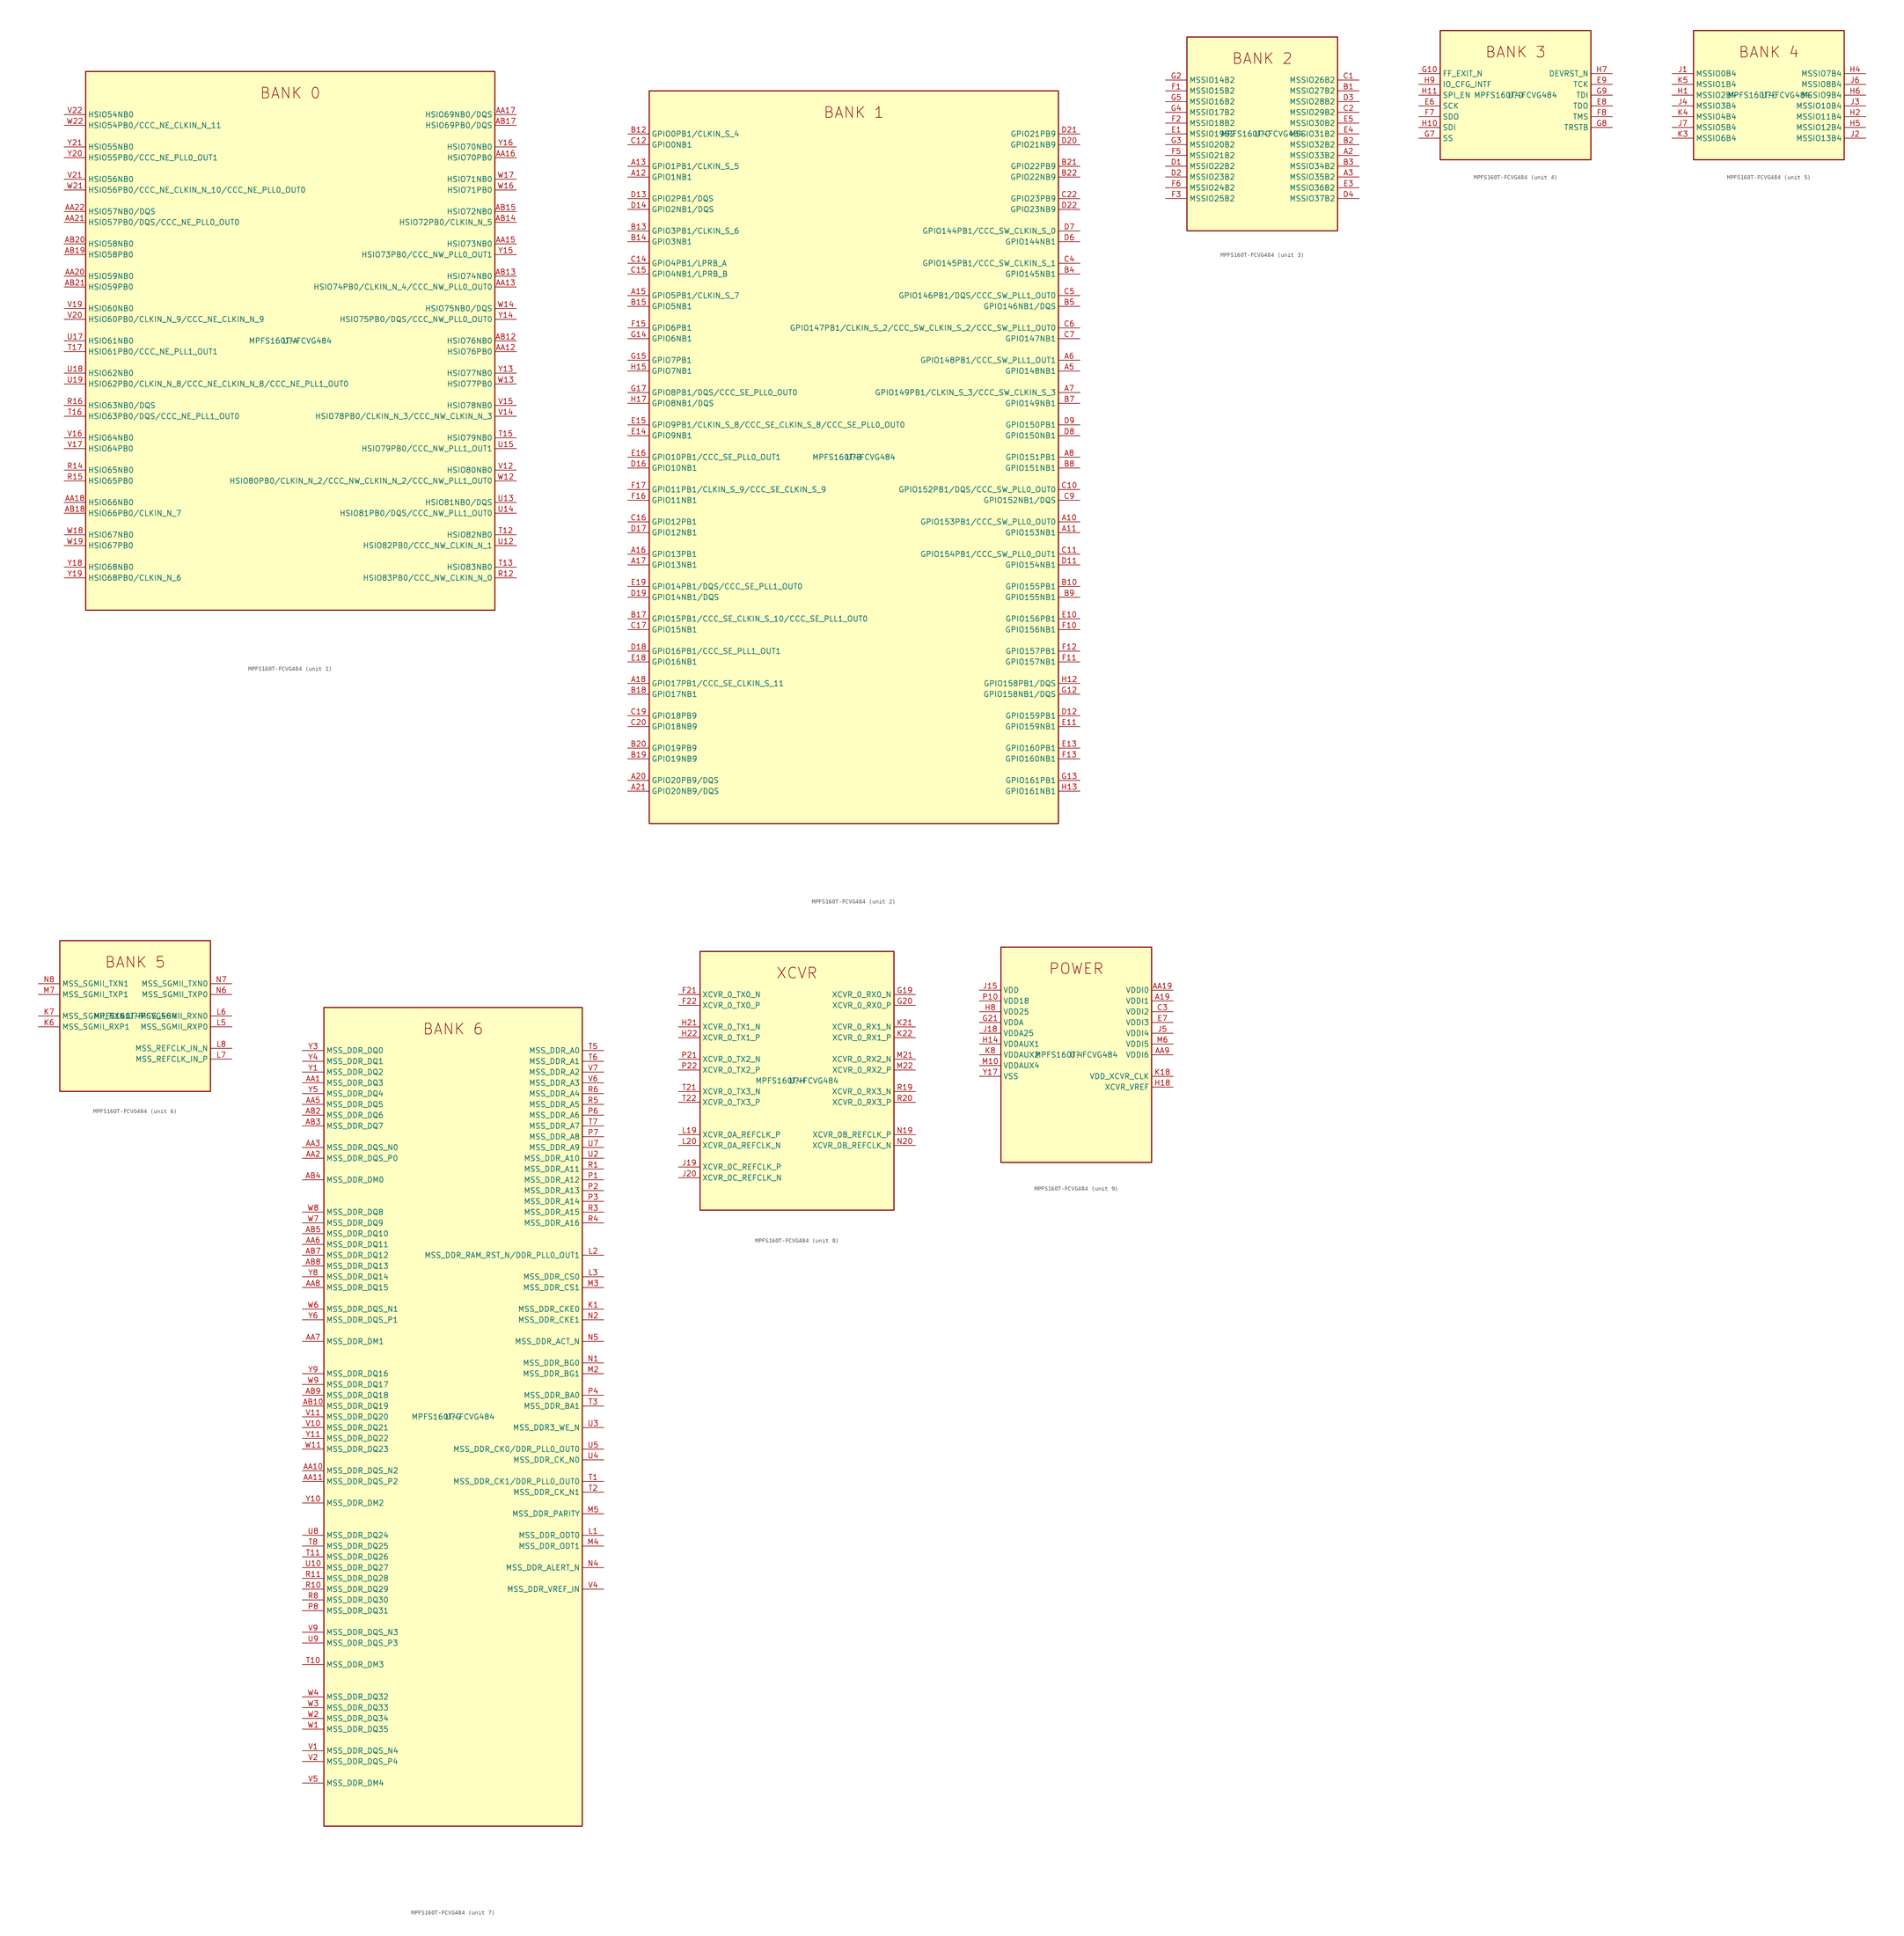
<source format=kicad_sym>
(kicad_symbol_lib
  (version 20211014)
  (generator kicad-library-utils)
  (symbol "MPFS160T-FCVG484"
    (property "Reference" "U"
      (at 0.0 0.0 0.0)
      (effects (font (size 1.27 1.27))))
    (property "Value" "MPFS160T-FCVG484"
      (at 0.0 0.0 0.0)
      (effects (font (size 1.27 1.27))))
    (property "ki_fp_filters" "Package?BGA:FCVG484?19x19mm?Layout22x22?P0.8mm*"
      (at 0.0 0.0 0.0)
      (effects (font (size 1.27 1.27))))
    (symbol "MPFS160T-FCVG484_1_1"
      (text "BANK 0" (at 0.0 58.42 0) (effects (font (size 2.54 2.54))))
      (rectangle (start -48.26 -63.5) (end 48.26 63.5) (stroke (width 0.254)) (fill (type background)))
      (pin bidirectional line (at -53.34 53.34 0) (length 5.08) (name "HSIO54NB0" (effects (font (size 1.27 1.27)))) (number "V22" (effects (font (size 1.27 1.27)))))
      (pin bidirectional line (at -53.34 50.8 0) (length 5.08) (name "HSIO54PB0/CCC_NE_CLKIN_N_11" (effects (font (size 1.27 1.27)))) (number "W22" (effects (font (size 1.27 1.27)))))
      (pin bidirectional line (at -53.34 45.72 0) (length 5.08) (name "HSIO55NB0" (effects (font (size 1.27 1.27)))) (number "Y21" (effects (font (size 1.27 1.27)))))
      (pin bidirectional line (at -53.34 43.18 0) (length 5.08) (name "HSIO55PB0/CCC_NE_PLL0_OUT1" (effects (font (size 1.27 1.27)))) (number "Y20" (effects (font (size 1.27 1.27)))))
      (pin bidirectional line (at -53.34 38.1 0) (length 5.08) (name "HSIO56NB0" (effects (font (size 1.27 1.27)))) (number "V21" (effects (font (size 1.27 1.27)))))
      (pin bidirectional line (at -53.34 35.56 0) (length 5.08) (name "HSIO56PB0/CCC_NE_CLKIN_N_10/CCC_NE_PLL0_OUT0" (effects (font (size 1.27 1.27)))) (number "W21" (effects (font (size 1.27 1.27)))))
      (pin bidirectional line (at -53.34 30.48 0) (length 5.08) (name "HSIO57NB0/DQS" (effects (font (size 1.27 1.27)))) (number "AA22" (effects (font (size 1.27 1.27)))))
      (pin bidirectional line (at -53.34 27.94 0) (length 5.08) (name "HSIO57PB0/DQS/CCC_NE_PLL0_OUT0" (effects (font (size 1.27 1.27)))) (number "AA21" (effects (font (size 1.27 1.27)))))
      (pin bidirectional line (at -53.34 22.86 0) (length 5.08) (name "HSIO58NB0" (effects (font (size 1.27 1.27)))) (number "AB20" (effects (font (size 1.27 1.27)))))
      (pin bidirectional line (at -53.34 20.32 0) (length 5.08) (name "HSIO58PB0" (effects (font (size 1.27 1.27)))) (number "AB19" (effects (font (size 1.27 1.27)))))
      (pin bidirectional line (at -53.34 15.24 0) (length 5.08) (name "HSIO59NB0" (effects (font (size 1.27 1.27)))) (number "AA20" (effects (font (size 1.27 1.27)))))
      (pin bidirectional line (at -53.34 12.7 0) (length 5.08) (name "HSIO59PB0" (effects (font (size 1.27 1.27)))) (number "AB21" (effects (font (size 1.27 1.27)))))
      (pin bidirectional line (at -53.34 7.62 0) (length 5.08) (name "HSIO60NB0" (effects (font (size 1.27 1.27)))) (number "V19" (effects (font (size 1.27 1.27)))))
      (pin bidirectional line (at -53.34 5.08 0) (length 5.08) (name "HSIO60PB0/CLKIN_N_9/CCC_NE_CLKIN_N_9" (effects (font (size 1.27 1.27)))) (number "V20" (effects (font (size 1.27 1.27)))))
      (pin bidirectional line (at -53.34 0.0 0) (length 5.08) (name "HSIO61NB0" (effects (font (size 1.27 1.27)))) (number "U17" (effects (font (size 1.27 1.27)))))
      (pin bidirectional line (at -53.34 -2.54 0) (length 5.08) (name "HSIO61PB0/CCC_NE_PLL1_OUT1" (effects (font (size 1.27 1.27)))) (number "T17" (effects (font (size 1.27 1.27)))))
      (pin bidirectional line (at -53.34 -7.62 0) (length 5.08) (name "HSIO62NB0" (effects (font (size 1.27 1.27)))) (number "U18" (effects (font (size 1.27 1.27)))))
      (pin bidirectional line (at -53.34 -10.16 0) (length 5.08) (name "HSIO62PB0/CLKIN_N_8/CCC_NE_CLKIN_N_8/CCC_NE_PLL1_OUT0" (effects (font (size 1.27 1.27)))) (number "U19" (effects (font (size 1.27 1.27)))))
      (pin bidirectional line (at -53.34 -15.24 0) (length 5.08) (name "HSIO63NB0/DQS" (effects (font (size 1.27 1.27)))) (number "R16" (effects (font (size 1.27 1.27)))))
      (pin bidirectional line (at -53.34 -17.78 0) (length 5.08) (name "HSIO63PB0/DQS/CCC_NE_PLL1_OUT0" (effects (font (size 1.27 1.27)))) (number "T16" (effects (font (size 1.27 1.27)))))
      (pin bidirectional line (at -53.34 -22.86 0) (length 5.08) (name "HSIO64NB0" (effects (font (size 1.27 1.27)))) (number "V16" (effects (font (size 1.27 1.27)))))
      (pin bidirectional line (at -53.34 -25.4 0) (length 5.08) (name "HSIO64PB0" (effects (font (size 1.27 1.27)))) (number "V17" (effects (font (size 1.27 1.27)))))
      (pin bidirectional line (at -53.34 -30.48 0) (length 5.08) (name "HSIO65NB0" (effects (font (size 1.27 1.27)))) (number "R14" (effects (font (size 1.27 1.27)))))
      (pin bidirectional line (at -53.34 -33.02 0) (length 5.08) (name "HSIO65PB0" (effects (font (size 1.27 1.27)))) (number "R15" (effects (font (size 1.27 1.27)))))
      (pin bidirectional line (at -53.34 -38.1 0) (length 5.08) (name "HSIO66NB0" (effects (font (size 1.27 1.27)))) (number "AA18" (effects (font (size 1.27 1.27)))))
      (pin bidirectional line (at -53.34 -40.64 0) (length 5.08) (name "HSIO66PB0/CLKIN_N_7" (effects (font (size 1.27 1.27)))) (number "AB18" (effects (font (size 1.27 1.27)))))
      (pin bidirectional line (at -53.34 -45.72 0) (length 5.08) (name "HSIO67NB0" (effects (font (size 1.27 1.27)))) (number "W18" (effects (font (size 1.27 1.27)))))
      (pin bidirectional line (at -53.34 -48.26 0) (length 5.08) (name "HSIO67PB0" (effects (font (size 1.27 1.27)))) (number "W19" (effects (font (size 1.27 1.27)))))
      (pin bidirectional line (at -53.34 -53.34 0) (length 5.08) (name "HSIO68NB0" (effects (font (size 1.27 1.27)))) (number "Y18" (effects (font (size 1.27 1.27)))))
      (pin bidirectional line (at -53.34 -55.88 0) (length 5.08) (name "HSIO68PB0/CLKIN_N_6" (effects (font (size 1.27 1.27)))) (number "Y19" (effects (font (size 1.27 1.27)))))
      (pin bidirectional line (at 53.34 53.34 180) (length 5.08) (name "HSIO69NB0/DQS" (effects (font (size 1.27 1.27)))) (number "AA17" (effects (font (size 1.27 1.27)))))
      (pin bidirectional line (at 53.34 50.8 180) (length 5.08) (name "HSIO69PB0/DQS" (effects (font (size 1.27 1.27)))) (number "AB17" (effects (font (size 1.27 1.27)))))
      (pin bidirectional line (at 53.34 45.72 180) (length 5.08) (name "HSIO70NB0" (effects (font (size 1.27 1.27)))) (number "Y16" (effects (font (size 1.27 1.27)))))
      (pin bidirectional line (at 53.34 43.18 180) (length 5.08) (name "HSIO70PB0" (effects (font (size 1.27 1.27)))) (number "AA16" (effects (font (size 1.27 1.27)))))
      (pin bidirectional line (at 53.34 38.1 180) (length 5.08) (name "HSIO71NB0" (effects (font (size 1.27 1.27)))) (number "W17" (effects (font (size 1.27 1.27)))))
      (pin bidirectional line (at 53.34 35.56 180) (length 5.08) (name "HSIO71PB0" (effects (font (size 1.27 1.27)))) (number "W16" (effects (font (size 1.27 1.27)))))
      (pin bidirectional line (at 53.34 30.48 180) (length 5.08) (name "HSIO72NB0" (effects (font (size 1.27 1.27)))) (number "AB15" (effects (font (size 1.27 1.27)))))
      (pin bidirectional line (at 53.34 27.94 180) (length 5.08) (name "HSIO72PB0/CLKIN_N_5" (effects (font (size 1.27 1.27)))) (number "AB14" (effects (font (size 1.27 1.27)))))
      (pin bidirectional line (at 53.34 22.86 180) (length 5.08) (name "HSIO73NB0" (effects (font (size 1.27 1.27)))) (number "AA15" (effects (font (size 1.27 1.27)))))
      (pin bidirectional line (at 53.34 20.32 180) (length 5.08) (name "HSIO73PB0/CCC_NW_PLL0_OUT1" (effects (font (size 1.27 1.27)))) (number "Y15" (effects (font (size 1.27 1.27)))))
      (pin bidirectional line (at 53.34 15.24 180) (length 5.08) (name "HSIO74NB0" (effects (font (size 1.27 1.27)))) (number "AB13" (effects (font (size 1.27 1.27)))))
      (pin bidirectional line (at 53.34 12.7 180) (length 5.08) (name "HSIO74PB0/CLKIN_N_4/CCC_NW_PLL0_OUT0" (effects (font (size 1.27 1.27)))) (number "AA13" (effects (font (size 1.27 1.27)))))
      (pin bidirectional line (at 53.34 7.62 180) (length 5.08) (name "HSIO75NB0/DQS" (effects (font (size 1.27 1.27)))) (number "W14" (effects (font (size 1.27 1.27)))))
      (pin bidirectional line (at 53.34 5.08 180) (length 5.08) (name "HSIO75PB0/DQS/CCC_NW_PLL0_OUT0" (effects (font (size 1.27 1.27)))) (number "Y14" (effects (font (size 1.27 1.27)))))
      (pin bidirectional line (at 53.34 0.0 180) (length 5.08) (name "HSIO76NB0" (effects (font (size 1.27 1.27)))) (number "AB12" (effects (font (size 1.27 1.27)))))
      (pin bidirectional line (at 53.34 -2.54 180) (length 5.08) (name "HSIO76PB0" (effects (font (size 1.27 1.27)))) (number "AA12" (effects (font (size 1.27 1.27)))))
      (pin bidirectional line (at 53.34 -7.62 180) (length 5.08) (name "HSIO77NB0" (effects (font (size 1.27 1.27)))) (number "Y13" (effects (font (size 1.27 1.27)))))
      (pin bidirectional line (at 53.34 -10.16 180) (length 5.08) (name "HSIO77PB0" (effects (font (size 1.27 1.27)))) (number "W13" (effects (font (size 1.27 1.27)))))
      (pin bidirectional line (at 53.34 -15.24 180) (length 5.08) (name "HSIO78NB0" (effects (font (size 1.27 1.27)))) (number "V15" (effects (font (size 1.27 1.27)))))
      (pin bidirectional line (at 53.34 -17.78 180) (length 5.08) (name "HSIO78PB0/CLKIN_N_3/CCC_NW_CLKIN_N_3" (effects (font (size 1.27 1.27)))) (number "V14" (effects (font (size 1.27 1.27)))))
      (pin bidirectional line (at 53.34 -22.86 180) (length 5.08) (name "HSIO79NB0" (effects (font (size 1.27 1.27)))) (number "T15" (effects (font (size 1.27 1.27)))))
      (pin bidirectional line (at 53.34 -25.4 180) (length 5.08) (name "HSIO79PB0/CCC_NW_PLL1_OUT1" (effects (font (size 1.27 1.27)))) (number "U15" (effects (font (size 1.27 1.27)))))
      (pin bidirectional line (at 53.34 -30.48 180) (length 5.08) (name "HSIO80NB0" (effects (font (size 1.27 1.27)))) (number "V12" (effects (font (size 1.27 1.27)))))
      (pin bidirectional line (at 53.34 -33.02 180) (length 5.08) (name "HSIO80PB0/CLKIN_N_2/CCC_NW_CLKIN_N_2/CCC_NW_PLL1_OUT0" (effects (font (size 1.27 1.27)))) (number "W12" (effects (font (size 1.27 1.27)))))
      (pin bidirectional line (at 53.34 -38.1 180) (length 5.08) (name "HSIO81NB0/DQS" (effects (font (size 1.27 1.27)))) (number "U13" (effects (font (size 1.27 1.27)))))
      (pin bidirectional line (at 53.34 -40.64 180) (length 5.08) (name "HSIO81PB0/DQS/CCC_NW_PLL1_OUT0" (effects (font (size 1.27 1.27)))) (number "U14" (effects (font (size 1.27 1.27)))))
      (pin bidirectional line (at 53.34 -45.72 180) (length 5.08) (name "HSIO82NB0" (effects (font (size 1.27 1.27)))) (number "T12" (effects (font (size 1.27 1.27)))))
      (pin bidirectional line (at 53.34 -48.26 180) (length 5.08) (name "HSIO82PB0/CCC_NW_CLKIN_N_1" (effects (font (size 1.27 1.27)))) (number "U12" (effects (font (size 1.27 1.27)))))
      (pin bidirectional line (at 53.34 -53.34 180) (length 5.08) (name "HSIO83NB0" (effects (font (size 1.27 1.27)))) (number "T13" (effects (font (size 1.27 1.27)))))
      (pin bidirectional line (at 53.34 -55.88 180) (length 5.08) (name "HSIO83PB0/CCC_NW_CLKIN_N_0" (effects (font (size 1.27 1.27)))) (number "R12" (effects (font (size 1.27 1.27))))))
    (symbol "MPFS160T-FCVG484_2_1"
      (text "BANK 1" (at 0.0 81.28 0) (effects (font (size 2.54 2.54))))
      (rectangle (start -48.26 -86.36) (end 48.26 86.36) (stroke (width 0.254)) (fill (type background)))
      (pin bidirectional line (at -53.34 76.2 0) (length 5.08) (name "GPIO0PB1/CLKIN_S_4" (effects (font (size 1.27 1.27)))) (number "B12" (effects (font (size 1.27 1.27)))))
      (pin bidirectional line (at -53.34 73.66 0) (length 5.08) (name "GPIO0NB1" (effects (font (size 1.27 1.27)))) (number "C12" (effects (font (size 1.27 1.27)))))
      (pin bidirectional line (at -53.34 68.58 0) (length 5.08) (name "GPIO1PB1/CLKIN_S_5" (effects (font (size 1.27 1.27)))) (number "A13" (effects (font (size 1.27 1.27)))))
      (pin bidirectional line (at -53.34 66.04 0) (length 5.08) (name "GPIO1NB1" (effects (font (size 1.27 1.27)))) (number "A12" (effects (font (size 1.27 1.27)))))
      (pin bidirectional line (at -53.34 60.96 0) (length 5.08) (name "GPIO2PB1/DQS" (effects (font (size 1.27 1.27)))) (number "D13" (effects (font (size 1.27 1.27)))))
      (pin bidirectional line (at -53.34 58.42 0) (length 5.08) (name "GPIO2NB1/DQS" (effects (font (size 1.27 1.27)))) (number "D14" (effects (font (size 1.27 1.27)))))
      (pin bidirectional line (at -53.34 53.34 0) (length 5.08) (name "GPIO3PB1/CLKIN_S_6" (effects (font (size 1.27 1.27)))) (number "B13" (effects (font (size 1.27 1.27)))))
      (pin bidirectional line (at -53.34 50.8 0) (length 5.08) (name "GPIO3NB1" (effects (font (size 1.27 1.27)))) (number "B14" (effects (font (size 1.27 1.27)))))
      (pin bidirectional line (at -53.34 45.72 0) (length 5.08) (name "GPIO4PB1/LPRB_A" (effects (font (size 1.27 1.27)))) (number "C14" (effects (font (size 1.27 1.27)))))
      (pin bidirectional line (at -53.34 43.18 0) (length 5.08) (name "GPIO4NB1/LPRB_B" (effects (font (size 1.27 1.27)))) (number "C15" (effects (font (size 1.27 1.27)))))
      (pin bidirectional line (at -53.34 38.1 0) (length 5.08) (name "GPIO5PB1/CLKIN_S_7" (effects (font (size 1.27 1.27)))) (number "A15" (effects (font (size 1.27 1.27)))))
      (pin bidirectional line (at -53.34 35.56 0) (length 5.08) (name "GPIO5NB1" (effects (font (size 1.27 1.27)))) (number "B15" (effects (font (size 1.27 1.27)))))
      (pin bidirectional line (at -53.34 30.48 0) (length 5.08) (name "GPIO6PB1" (effects (font (size 1.27 1.27)))) (number "F15" (effects (font (size 1.27 1.27)))))
      (pin bidirectional line (at -53.34 27.94 0) (length 5.08) (name "GPIO6NB1" (effects (font (size 1.27 1.27)))) (number "G14" (effects (font (size 1.27 1.27)))))
      (pin bidirectional line (at -53.34 22.86 0) (length 5.08) (name "GPIO7PB1" (effects (font (size 1.27 1.27)))) (number "G15" (effects (font (size 1.27 1.27)))))
      (pin bidirectional line (at -53.34 20.32 0) (length 5.08) (name "GPIO7NB1" (effects (font (size 1.27 1.27)))) (number "H15" (effects (font (size 1.27 1.27)))))
      (pin bidirectional line (at -53.34 15.24 0) (length 5.08) (name "GPIO8PB1/DQS/CCC_SE_PLL0_OUT0" (effects (font (size 1.27 1.27)))) (number "G17" (effects (font (size 1.27 1.27)))))
      (pin bidirectional line (at -53.34 12.7 0) (length 5.08) (name "GPIO8NB1/DQS" (effects (font (size 1.27 1.27)))) (number "H17" (effects (font (size 1.27 1.27)))))
      (pin bidirectional line (at -53.34 7.62 0) (length 5.08) (name "GPIO9PB1/CLKIN_S_8/CCC_SE_CLKIN_S_8/CCC_SE_PLL0_OUT0" (effects (font (size 1.27 1.27)))) (number "E15" (effects (font (size 1.27 1.27)))))
      (pin bidirectional line (at -53.34 5.08 0) (length 5.08) (name "GPIO9NB1" (effects (font (size 1.27 1.27)))) (number "E14" (effects (font (size 1.27 1.27)))))
      (pin bidirectional line (at -53.34 0.0 0) (length 5.08) (name "GPIO10PB1/CCC_SE_PLL0_OUT1" (effects (font (size 1.27 1.27)))) (number "E16" (effects (font (size 1.27 1.27)))))
      (pin bidirectional line (at -53.34 -2.54 0) (length 5.08) (name "GPIO10NB1" (effects (font (size 1.27 1.27)))) (number "D16" (effects (font (size 1.27 1.27)))))
      (pin bidirectional line (at -53.34 -7.62 0) (length 5.08) (name "GPIO11PB1/CLKIN_S_9/CCC_SE_CLKIN_S_9" (effects (font (size 1.27 1.27)))) (number "F17" (effects (font (size 1.27 1.27)))))
      (pin bidirectional line (at -53.34 -10.16 0) (length 5.08) (name "GPIO11NB1" (effects (font (size 1.27 1.27)))) (number "F16" (effects (font (size 1.27 1.27)))))
      (pin bidirectional line (at -53.34 -15.24 0) (length 5.08) (name "GPIO12PB1" (effects (font (size 1.27 1.27)))) (number "C16" (effects (font (size 1.27 1.27)))))
      (pin bidirectional line (at -53.34 -17.78 0) (length 5.08) (name "GPIO12NB1" (effects (font (size 1.27 1.27)))) (number "D17" (effects (font (size 1.27 1.27)))))
      (pin bidirectional line (at -53.34 -22.86 0) (length 5.08) (name "GPIO13PB1" (effects (font (size 1.27 1.27)))) (number "A16" (effects (font (size 1.27 1.27)))))
      (pin bidirectional line (at -53.34 -25.4 0) (length 5.08) (name "GPIO13NB1" (effects (font (size 1.27 1.27)))) (number "A17" (effects (font (size 1.27 1.27)))))
      (pin bidirectional line (at -53.34 -30.48 0) (length 5.08) (name "GPIO14PB1/DQS/CCC_SE_PLL1_OUT0" (effects (font (size 1.27 1.27)))) (number "E19" (effects (font (size 1.27 1.27)))))
      (pin bidirectional line (at -53.34 -33.02 0) (length 5.08) (name "GPIO14NB1/DQS" (effects (font (size 1.27 1.27)))) (number "D19" (effects (font (size 1.27 1.27)))))
      (pin bidirectional line (at -53.34 -38.1 0) (length 5.08) (name "GPIO15PB1/CCC_SE_CLKIN_S_10/CCC_SE_PLL1_OUT0" (effects (font (size 1.27 1.27)))) (number "B17" (effects (font (size 1.27 1.27)))))
      (pin bidirectional line (at -53.34 -40.64 0) (length 5.08) (name "GPIO15NB1" (effects (font (size 1.27 1.27)))) (number "C17" (effects (font (size 1.27 1.27)))))
      (pin bidirectional line (at -53.34 -45.72 0) (length 5.08) (name "GPIO16PB1/CCC_SE_PLL1_OUT1" (effects (font (size 1.27 1.27)))) (number "D18" (effects (font (size 1.27 1.27)))))
      (pin bidirectional line (at -53.34 -48.26 0) (length 5.08) (name "GPIO16NB1" (effects (font (size 1.27 1.27)))) (number "E18" (effects (font (size 1.27 1.27)))))
      (pin bidirectional line (at -53.34 -53.34 0) (length 5.08) (name "GPIO17PB1/CCC_SE_CLKIN_S_11" (effects (font (size 1.27 1.27)))) (number "A18" (effects (font (size 1.27 1.27)))))
      (pin bidirectional line (at -53.34 -55.88 0) (length 5.08) (name "GPIO17NB1" (effects (font (size 1.27 1.27)))) (number "B18" (effects (font (size 1.27 1.27)))))
      (pin bidirectional line (at -53.34 -60.96 0) (length 5.08) (name "GPIO18PB9" (effects (font (size 1.27 1.27)))) (number "C19" (effects (font (size 1.27 1.27)))))
      (pin bidirectional line (at -53.34 -63.5 0) (length 5.08) (name "GPIO18NB9" (effects (font (size 1.27 1.27)))) (number "C20" (effects (font (size 1.27 1.27)))))
      (pin bidirectional line (at -53.34 -68.58 0) (length 5.08) (name "GPIO19PB9" (effects (font (size 1.27 1.27)))) (number "B20" (effects (font (size 1.27 1.27)))))
      (pin bidirectional line (at -53.34 -71.12 0) (length 5.08) (name "GPIO19NB9" (effects (font (size 1.27 1.27)))) (number "B19" (effects (font (size 1.27 1.27)))))
      (pin bidirectional line (at -53.34 -76.2 0) (length 5.08) (name "GPIO20PB9/DQS" (effects (font (size 1.27 1.27)))) (number "A20" (effects (font (size 1.27 1.27)))))
      (pin bidirectional line (at -53.34 -78.74 0) (length 5.08) (name "GPIO20NB9/DQS" (effects (font (size 1.27 1.27)))) (number "A21" (effects (font (size 1.27 1.27)))))
      (pin bidirectional line (at 53.34 76.2 180) (length 5.08) (name "GPIO21PB9" (effects (font (size 1.27 1.27)))) (number "D21" (effects (font (size 1.27 1.27)))))
      (pin bidirectional line (at 53.34 73.66 180) (length 5.08) (name "GPIO21NB9" (effects (font (size 1.27 1.27)))) (number "D20" (effects (font (size 1.27 1.27)))))
      (pin bidirectional line (at 53.34 68.58 180) (length 5.08) (name "GPIO22PB9" (effects (font (size 1.27 1.27)))) (number "B21" (effects (font (size 1.27 1.27)))))
      (pin bidirectional line (at 53.34 66.04 180) (length 5.08) (name "GPIO22NB9" (effects (font (size 1.27 1.27)))) (number "B22" (effects (font (size 1.27 1.27)))))
      (pin bidirectional line (at 53.34 60.96 180) (length 5.08) (name "GPIO23PB9" (effects (font (size 1.27 1.27)))) (number "C22" (effects (font (size 1.27 1.27)))))
      (pin bidirectional line (at 53.34 58.42 180) (length 5.08) (name "GPIO23NB9" (effects (font (size 1.27 1.27)))) (number "D22" (effects (font (size 1.27 1.27)))))
      (pin bidirectional line (at 53.34 53.34 180) (length 5.08) (name "GPIO144PB1/CCC_SW_CLKIN_S_0" (effects (font (size 1.27 1.27)))) (number "D7" (effects (font (size 1.27 1.27)))))
      (pin bidirectional line (at 53.34 50.8 180) (length 5.08) (name "GPIO144NB1" (effects (font (size 1.27 1.27)))) (number "D6" (effects (font (size 1.27 1.27)))))
      (pin bidirectional line (at 53.34 45.72 180) (length 5.08) (name "GPIO145PB1/CCC_SW_CLKIN_S_1" (effects (font (size 1.27 1.27)))) (number "C4" (effects (font (size 1.27 1.27)))))
      (pin bidirectional line (at 53.34 43.18 180) (length 5.08) (name "GPIO145NB1" (effects (font (size 1.27 1.27)))) (number "B4" (effects (font (size 1.27 1.27)))))
      (pin bidirectional line (at 53.34 38.1 180) (length 5.08) (name "GPIO146PB1/DQS/CCC_SW_PLL1_OUT0" (effects (font (size 1.27 1.27)))) (number "C5" (effects (font (size 1.27 1.27)))))
      (pin bidirectional line (at 53.34 35.56 180) (length 5.08) (name "GPIO146NB1/DQS" (effects (font (size 1.27 1.27)))) (number "B5" (effects (font (size 1.27 1.27)))))
      (pin bidirectional line (at 53.34 30.48 180) (length 5.08) (name "GPIO147PB1/CLKIN_S_2/CCC_SW_CLKIN_S_2/CCC_SW_PLL1_OUT0" (effects (font (size 1.27 1.27)))) (number "C6" (effects (font (size 1.27 1.27)))))
      (pin bidirectional line (at 53.34 27.94 180) (length 5.08) (name "GPIO147NB1" (effects (font (size 1.27 1.27)))) (number "C7" (effects (font (size 1.27 1.27)))))
      (pin bidirectional line (at 53.34 22.86 180) (length 5.08) (name "GPIO148PB1/CCC_SW_PLL1_OUT1" (effects (font (size 1.27 1.27)))) (number "A6" (effects (font (size 1.27 1.27)))))
      (pin bidirectional line (at 53.34 20.32 180) (length 5.08) (name "GPIO148NB1" (effects (font (size 1.27 1.27)))) (number "A5" (effects (font (size 1.27 1.27)))))
      (pin bidirectional line (at 53.34 15.24 180) (length 5.08) (name "GPIO149PB1/CLKIN_S_3/CCC_SW_CLKIN_S_3" (effects (font (size 1.27 1.27)))) (number "A7" (effects (font (size 1.27 1.27)))))
      (pin bidirectional line (at 53.34 12.7 180) (length 5.08) (name "GPIO149NB1" (effects (font (size 1.27 1.27)))) (number "B7" (effects (font (size 1.27 1.27)))))
      (pin bidirectional line (at 53.34 7.62 180) (length 5.08) (name "GPIO150PB1" (effects (font (size 1.27 1.27)))) (number "D9" (effects (font (size 1.27 1.27)))))
      (pin bidirectional line (at 53.34 5.08 180) (length 5.08) (name "GPIO150NB1" (effects (font (size 1.27 1.27)))) (number "D8" (effects (font (size 1.27 1.27)))))
      (pin bidirectional line (at 53.34 0.0 180) (length 5.08) (name "GPIO151PB1" (effects (font (size 1.27 1.27)))) (number "A8" (effects (font (size 1.27 1.27)))))
      (pin bidirectional line (at 53.34 -2.54 180) (length 5.08) (name "GPIO151NB1" (effects (font (size 1.27 1.27)))) (number "B8" (effects (font (size 1.27 1.27)))))
      (pin bidirectional line (at 53.34 -7.62 180) (length 5.08) (name "GPIO152PB1/DQS/CCC_SW_PLL0_OUT0" (effects (font (size 1.27 1.27)))) (number "C10" (effects (font (size 1.27 1.27)))))
      (pin bidirectional line (at 53.34 -10.16 180) (length 5.08) (name "GPIO152NB1/DQS" (effects (font (size 1.27 1.27)))) (number "C9" (effects (font (size 1.27 1.27)))))
      (pin bidirectional line (at 53.34 -15.24 180) (length 5.08) (name "GPIO153PB1/CCC_SW_PLL0_OUT0" (effects (font (size 1.27 1.27)))) (number "A10" (effects (font (size 1.27 1.27)))))
      (pin bidirectional line (at 53.34 -17.78 180) (length 5.08) (name "GPIO153NB1" (effects (font (size 1.27 1.27)))) (number "A11" (effects (font (size 1.27 1.27)))))
      (pin bidirectional line (at 53.34 -22.86 180) (length 5.08) (name "GPIO154PB1/CCC_SW_PLL0_OUT1" (effects (font (size 1.27 1.27)))) (number "C11" (effects (font (size 1.27 1.27)))))
      (pin bidirectional line (at 53.34 -25.4 180) (length 5.08) (name "GPIO154NB1" (effects (font (size 1.27 1.27)))) (number "D11" (effects (font (size 1.27 1.27)))))
      (pin bidirectional line (at 53.34 -30.48 180) (length 5.08) (name "GPIO155PB1" (effects (font (size 1.27 1.27)))) (number "B10" (effects (font (size 1.27 1.27)))))
      (pin bidirectional line (at 53.34 -33.02 180) (length 5.08) (name "GPIO155NB1" (effects (font (size 1.27 1.27)))) (number "B9" (effects (font (size 1.27 1.27)))))
      (pin bidirectional line (at 53.34 -38.1 180) (length 5.08) (name "GPIO156PB1" (effects (font (size 1.27 1.27)))) (number "E10" (effects (font (size 1.27 1.27)))))
      (pin bidirectional line (at 53.34 -40.64 180) (length 5.08) (name "GPIO156NB1" (effects (font (size 1.27 1.27)))) (number "F10" (effects (font (size 1.27 1.27)))))
      (pin bidirectional line (at 53.34 -45.72 180) (length 5.08) (name "GPIO157PB1" (effects (font (size 1.27 1.27)))) (number "F12" (effects (font (size 1.27 1.27)))))
      (pin bidirectional line (at 53.34 -48.26 180) (length 5.08) (name "GPIO157NB1" (effects (font (size 1.27 1.27)))) (number "F11" (effects (font (size 1.27 1.27)))))
      (pin bidirectional line (at 53.34 -53.34 180) (length 5.08) (name "GPIO158PB1/DQS" (effects (font (size 1.27 1.27)))) (number "H12" (effects (font (size 1.27 1.27)))))
      (pin bidirectional line (at 53.34 -55.88 180) (length 5.08) (name "GPIO158NB1/DQS" (effects (font (size 1.27 1.27)))) (number "G12" (effects (font (size 1.27 1.27)))))
      (pin bidirectional line (at 53.34 -60.96 180) (length 5.08) (name "GPIO159PB1" (effects (font (size 1.27 1.27)))) (number "D12" (effects (font (size 1.27 1.27)))))
      (pin bidirectional line (at 53.34 -63.5 180) (length 5.08) (name "GPIO159NB1" (effects (font (size 1.27 1.27)))) (number "E11" (effects (font (size 1.27 1.27)))))
      (pin bidirectional line (at 53.34 -68.58 180) (length 5.08) (name "GPIO160PB1" (effects (font (size 1.27 1.27)))) (number "E13" (effects (font (size 1.27 1.27)))))
      (pin bidirectional line (at 53.34 -71.12 180) (length 5.08) (name "GPIO160NB1" (effects (font (size 1.27 1.27)))) (number "F13" (effects (font (size 1.27 1.27)))))
      (pin bidirectional line (at 53.34 -76.2 180) (length 5.08) (name "GPIO161PB1" (effects (font (size 1.27 1.27)))) (number "G13" (effects (font (size 1.27 1.27)))))
      (pin bidirectional line (at 53.34 -78.74 180) (length 5.08) (name "GPIO161NB1" (effects (font (size 1.27 1.27)))) (number "H13" (effects (font (size 1.27 1.27))))))
    (symbol "MPFS160T-FCVG484_3_1"
      (text "BANK 2" (at 0.0 17.78 0) (effects (font (size 2.54 2.54))))
      (rectangle (start -17.78 -22.86) (end 17.78 22.86) (stroke (width 0.254)) (fill (type background)))
      (pin bidirectional line (at -22.86 12.7 0) (length 5.08) (name "MSSIO14B2" (effects (font (size 1.27 1.27)))) (number "G2" (effects (font (size 1.27 1.27)))))
      (pin bidirectional line (at -22.86 10.16 0) (length 5.08) (name "MSSIO15B2" (effects (font (size 1.27 1.27)))) (number "F1" (effects (font (size 1.27 1.27)))))
      (pin bidirectional line (at -22.86 7.62 0) (length 5.08) (name "MSSIO16B2" (effects (font (size 1.27 1.27)))) (number "G5" (effects (font (size 1.27 1.27)))))
      (pin bidirectional line (at -22.86 5.08 0) (length 5.08) (name "MSSIO17B2" (effects (font (size 1.27 1.27)))) (number "G4" (effects (font (size 1.27 1.27)))))
      (pin bidirectional line (at -22.86 2.54 0) (length 5.08) (name "MSSIO18B2" (effects (font (size 1.27 1.27)))) (number "F2" (effects (font (size 1.27 1.27)))))
      (pin bidirectional line (at -22.86 0.0 0) (length 5.08) (name "MSSIO19B2" (effects (font (size 1.27 1.27)))) (number "E1" (effects (font (size 1.27 1.27)))))
      (pin bidirectional line (at -22.86 -2.54 0) (length 5.08) (name "MSSIO20B2" (effects (font (size 1.27 1.27)))) (number "G3" (effects (font (size 1.27 1.27)))))
      (pin bidirectional line (at -22.86 -5.08 0) (length 5.08) (name "MSSIO21B2" (effects (font (size 1.27 1.27)))) (number "F5" (effects (font (size 1.27 1.27)))))
      (pin bidirectional line (at -22.86 -7.62 0) (length 5.08) (name "MSSIO22B2" (effects (font (size 1.27 1.27)))) (number "D1" (effects (font (size 1.27 1.27)))))
      (pin bidirectional line (at -22.86 -10.16 0) (length 5.08) (name "MSSIO23B2" (effects (font (size 1.27 1.27)))) (number "D2" (effects (font (size 1.27 1.27)))))
      (pin bidirectional line (at -22.86 -12.7 0) (length 5.08) (name "MSSIO24B2" (effects (font (size 1.27 1.27)))) (number "F6" (effects (font (size 1.27 1.27)))))
      (pin bidirectional line (at -22.86 -15.24 0) (length 5.08) (name "MSSIO25B2" (effects (font (size 1.27 1.27)))) (number "F3" (effects (font (size 1.27 1.27)))))
      (pin bidirectional line (at 22.86 12.7 180) (length 5.08) (name "MSSIO26B2" (effects (font (size 1.27 1.27)))) (number "C1" (effects (font (size 1.27 1.27)))))
      (pin bidirectional line (at 22.86 10.16 180) (length 5.08) (name "MSSIO27B2" (effects (font (size 1.27 1.27)))) (number "B1" (effects (font (size 1.27 1.27)))))
      (pin bidirectional line (at 22.86 7.62 180) (length 5.08) (name "MSSIO28B2" (effects (font (size 1.27 1.27)))) (number "D3" (effects (font (size 1.27 1.27)))))
      (pin bidirectional line (at 22.86 5.08 180) (length 5.08) (name "MSSIO29B2" (effects (font (size 1.27 1.27)))) (number "C2" (effects (font (size 1.27 1.27)))))
      (pin bidirectional line (at 22.86 2.54 180) (length 5.08) (name "MSSIO30B2" (effects (font (size 1.27 1.27)))) (number "E5" (effects (font (size 1.27 1.27)))))
      (pin bidirectional line (at 22.86 0.0 180) (length 5.08) (name "MSSIO31B2" (effects (font (size 1.27 1.27)))) (number "E4" (effects (font (size 1.27 1.27)))))
      (pin bidirectional line (at 22.86 -2.54 180) (length 5.08) (name "MSSIO32B2" (effects (font (size 1.27 1.27)))) (number "B2" (effects (font (size 1.27 1.27)))))
      (pin bidirectional line (at 22.86 -5.08 180) (length 5.08) (name "MSSIO33B2" (effects (font (size 1.27 1.27)))) (number "A2" (effects (font (size 1.27 1.27)))))
      (pin bidirectional line (at 22.86 -7.62 180) (length 5.08) (name "MSSIO34B2" (effects (font (size 1.27 1.27)))) (number "B3" (effects (font (size 1.27 1.27)))))
      (pin bidirectional line (at 22.86 -10.16 180) (length 5.08) (name "MSSIO35B2" (effects (font (size 1.27 1.27)))) (number "A3" (effects (font (size 1.27 1.27)))))
      (pin bidirectional line (at 22.86 -12.7 180) (length 5.08) (name "MSSIO36B2" (effects (font (size 1.27 1.27)))) (number "E3" (effects (font (size 1.27 1.27)))))
      (pin bidirectional line (at 22.86 -15.24 180) (length 5.08) (name "MSSIO37B2" (effects (font (size 1.27 1.27)))) (number "D4" (effects (font (size 1.27 1.27))))))
    (symbol "MPFS160T-FCVG484_4_1"
      (text "BANK 3" (at 0.0 10.16 0) (effects (font (size 2.54 2.54))))
      (rectangle (start -17.78 -15.24) (end 17.78 15.24) (stroke (width 0.254)) (fill (type background)))
      (pin input line (at -22.86 5.08 0) (length 5.08) (name "FF_EXIT_N" (effects (font (size 1.27 1.27)))) (number "G10" (effects (font (size 1.27 1.27)))))
      (pin input line (at -22.86 2.54 0) (length 5.08) (name "IO_CFG_INTF" (effects (font (size 1.27 1.27)))) (number "H9" (effects (font (size 1.27 1.27)))))
      (pin input line (at -22.86 0.0 0) (length 5.08) (name "SPI_EN" (effects (font (size 1.27 1.27)))) (number "H11" (effects (font (size 1.27 1.27)))))
      (pin bidirectional line (at -22.86 -2.54 0) (length 5.08) (name "SCK" (effects (font (size 1.27 1.27)))) (number "E6" (effects (font (size 1.27 1.27)))))
      (pin output line (at -22.86 -5.08 0) (length 5.08) (name "SDO" (effects (font (size 1.27 1.27)))) (number "F7" (effects (font (size 1.27 1.27)))))
      (pin input line (at -22.86 -7.62 0) (length 5.08) (name "SDI" (effects (font (size 1.27 1.27)))) (number "H10" (effects (font (size 1.27 1.27)))))
      (pin bidirectional line (at -22.86 -10.16 0) (length 5.08) (name "SS" (effects (font (size 1.27 1.27)))) (number "G7" (effects (font (size 1.27 1.27)))))
      (pin input line (at 22.86 5.08 180) (length 5.08) (name "DEVRST_N" (effects (font (size 1.27 1.27)))) (number "H7" (effects (font (size 1.27 1.27)))))
      (pin input line (at 22.86 2.54 180) (length 5.08) (name "TCK" (effects (font (size 1.27 1.27)))) (number "E9" (effects (font (size 1.27 1.27)))))
      (pin input line (at 22.86 0.0 180) (length 5.08) (name "TDI" (effects (font (size 1.27 1.27)))) (number "G9" (effects (font (size 1.27 1.27)))))
      (pin output line (at 22.86 -2.54 180) (length 5.08) (name "TDO" (effects (font (size 1.27 1.27)))) (number "E8" (effects (font (size 1.27 1.27)))))
      (pin input line (at 22.86 -5.08 180) (length 5.08) (name "TMS" (effects (font (size 1.27 1.27)))) (number "F8" (effects (font (size 1.27 1.27)))))
      (pin input line (at 22.86 -7.62 180) (length 5.08) (name "TRSTB" (effects (font (size 1.27 1.27)))) (number "G8" (effects (font (size 1.27 1.27))))))
    (symbol "MPFS160T-FCVG484_5_1"
      (text "BANK 4" (at 0.0 10.16 0) (effects (font (size 2.54 2.54))))
      (rectangle (start -17.78 -15.24) (end 17.78 15.24) (stroke (width 0.254)) (fill (type background)))
      (pin bidirectional line (at -22.86 5.08 0) (length 5.08) (name "MSSIO0B4" (effects (font (size 1.27 1.27)))) (number "J1" (effects (font (size 1.27 1.27)))))
      (pin bidirectional line (at -22.86 2.54 0) (length 5.08) (name "MSSIO1B4" (effects (font (size 1.27 1.27)))) (number "K5" (effects (font (size 1.27 1.27)))))
      (pin bidirectional line (at -22.86 0.0 0) (length 5.08) (name "MSSIO2B4" (effects (font (size 1.27 1.27)))) (number "H1" (effects (font (size 1.27 1.27)))))
      (pin bidirectional line (at -22.86 -2.54 0) (length 5.08) (name "MSSIO3B4" (effects (font (size 1.27 1.27)))) (number "J4" (effects (font (size 1.27 1.27)))))
      (pin bidirectional line (at -22.86 -5.08 0) (length 5.08) (name "MSSIO4B4" (effects (font (size 1.27 1.27)))) (number "K4" (effects (font (size 1.27 1.27)))))
      (pin bidirectional line (at -22.86 -7.62 0) (length 5.08) (name "MSSIO5B4" (effects (font (size 1.27 1.27)))) (number "J7" (effects (font (size 1.27 1.27)))))
      (pin bidirectional line (at -22.86 -10.16 0) (length 5.08) (name "MSSIO6B4" (effects (font (size 1.27 1.27)))) (number "K3" (effects (font (size 1.27 1.27)))))
      (pin bidirectional line (at 22.86 5.08 180) (length 5.08) (name "MSSIO7B4" (effects (font (size 1.27 1.27)))) (number "H4" (effects (font (size 1.27 1.27)))))
      (pin bidirectional line (at 22.86 2.54 180) (length 5.08) (name "MSSIO8B4" (effects (font (size 1.27 1.27)))) (number "J6" (effects (font (size 1.27 1.27)))))
      (pin bidirectional line (at 22.86 0.0 180) (length 5.08) (name "MSSIO9B4" (effects (font (size 1.27 1.27)))) (number "H6" (effects (font (size 1.27 1.27)))))
      (pin bidirectional line (at 22.86 -2.54 180) (length 5.08) (name "MSSIO10B4" (effects (font (size 1.27 1.27)))) (number "J3" (effects (font (size 1.27 1.27)))))
      (pin bidirectional line (at 22.86 -5.08 180) (length 5.08) (name "MSSIO11B4" (effects (font (size 1.27 1.27)))) (number "H2" (effects (font (size 1.27 1.27)))))
      (pin bidirectional line (at 22.86 -7.62 180) (length 5.08) (name "MSSIO12B4" (effects (font (size 1.27 1.27)))) (number "H5" (effects (font (size 1.27 1.27)))))
      (pin bidirectional line (at 22.86 -10.16 180) (length 5.08) (name "MSSIO13B4" (effects (font (size 1.27 1.27)))) (number "J2" (effects (font (size 1.27 1.27))))))
    (symbol "MPFS160T-FCVG484_6_1"
      (text "BANK 5" (at 0.0 12.7 0) (effects (font (size 2.54 2.54))))
      (rectangle (start -17.78 -17.78) (end 17.78 17.78) (stroke (width 0.254)) (fill (type background)))
      (pin bidirectional line (at -22.86 7.62 0) (length 5.08) (name "MSS_SGMII_TXN1" (effects (font (size 1.27 1.27)))) (number "N8" (effects (font (size 1.27 1.27)))))
      (pin bidirectional line (at -22.86 5.08 0) (length 5.08) (name "MSS_SGMII_TXP1" (effects (font (size 1.27 1.27)))) (number "M7" (effects (font (size 1.27 1.27)))))
      (pin bidirectional line (at -22.86 0.0 0) (length 5.08) (name "MSS_SGMII_RXN1" (effects (font (size 1.27 1.27)))) (number "K7" (effects (font (size 1.27 1.27)))))
      (pin bidirectional line (at -22.86 -2.54 0) (length 5.08) (name "MSS_SGMII_RXP1" (effects (font (size 1.27 1.27)))) (number "K6" (effects (font (size 1.27 1.27)))))
      (pin bidirectional line (at 22.86 7.62 180) (length 5.08) (name "MSS_SGMII_TXN0" (effects (font (size 1.27 1.27)))) (number "N7" (effects (font (size 1.27 1.27)))))
      (pin bidirectional line (at 22.86 5.08 180) (length 5.08) (name "MSS_SGMII_TXP0" (effects (font (size 1.27 1.27)))) (number "N6" (effects (font (size 1.27 1.27)))))
      (pin bidirectional line (at 22.86 0.0 180) (length 5.08) (name "MSS_SGMII_RXN0" (effects (font (size 1.27 1.27)))) (number "L6" (effects (font (size 1.27 1.27)))))
      (pin bidirectional line (at 22.86 -2.54 180) (length 5.08) (name "MSS_SGMII_RXP0" (effects (font (size 1.27 1.27)))) (number "L5" (effects (font (size 1.27 1.27)))))
      (pin bidirectional line (at 22.86 -7.62 180) (length 5.08) (name "MSS_REFCLK_IN_N" (effects (font (size 1.27 1.27)))) (number "L8" (effects (font (size 1.27 1.27)))))
      (pin bidirectional line (at 22.86 -10.16 180) (length 5.08) (name "MSS_REFCLK_IN_P" (effects (font (size 1.27 1.27)))) (number "L7" (effects (font (size 1.27 1.27))))))
    (symbol "MPFS160T-FCVG484_7_1"
      (text "BANK 6" (at 0.0 91.44 0) (effects (font (size 2.54 2.54))))
      (rectangle (start -30.48 -96.52) (end 30.48 96.52) (stroke (width 0.254)) (fill (type background)))
      (pin bidirectional line (at -35.56 86.36 0) (length 5.08) (name "MSS_DDR_DQ0" (effects (font (size 1.27 1.27)))) (number "Y3" (effects (font (size 1.27 1.27)))))
      (pin bidirectional line (at -35.56 83.82 0) (length 5.08) (name "MSS_DDR_DQ1" (effects (font (size 1.27 1.27)))) (number "Y4" (effects (font (size 1.27 1.27)))))
      (pin bidirectional line (at -35.56 81.28 0) (length 5.08) (name "MSS_DDR_DQ2" (effects (font (size 1.27 1.27)))) (number "Y1" (effects (font (size 1.27 1.27)))))
      (pin bidirectional line (at -35.56 78.74 0) (length 5.08) (name "MSS_DDR_DQ3" (effects (font (size 1.27 1.27)))) (number "AA1" (effects (font (size 1.27 1.27)))))
      (pin bidirectional line (at -35.56 76.2 0) (length 5.08) (name "MSS_DDR_DQ4" (effects (font (size 1.27 1.27)))) (number "Y5" (effects (font (size 1.27 1.27)))))
      (pin bidirectional line (at -35.56 73.66 0) (length 5.08) (name "MSS_DDR_DQ5" (effects (font (size 1.27 1.27)))) (number "AA5" (effects (font (size 1.27 1.27)))))
      (pin bidirectional line (at -35.56 71.12 0) (length 5.08) (name "MSS_DDR_DQ6" (effects (font (size 1.27 1.27)))) (number "AB2" (effects (font (size 1.27 1.27)))))
      (pin bidirectional line (at -35.56 68.58 0) (length 5.08) (name "MSS_DDR_DQ7" (effects (font (size 1.27 1.27)))) (number "AB3" (effects (font (size 1.27 1.27)))))
      (pin bidirectional line (at -35.56 63.5 0) (length 5.08) (name "MSS_DDR_DQS_N0" (effects (font (size 1.27 1.27)))) (number "AA3" (effects (font (size 1.27 1.27)))))
      (pin bidirectional line (at -35.56 60.96 0) (length 5.08) (name "MSS_DDR_DQS_P0" (effects (font (size 1.27 1.27)))) (number "AA2" (effects (font (size 1.27 1.27)))))
      (pin bidirectional line (at -35.56 55.88 0) (length 5.08) (name "MSS_DDR_DM0" (effects (font (size 1.27 1.27)))) (number "AB4" (effects (font (size 1.27 1.27)))))
      (pin bidirectional line (at -35.56 48.26 0) (length 5.08) (name "MSS_DDR_DQ8" (effects (font (size 1.27 1.27)))) (number "W8" (effects (font (size 1.27 1.27)))))
      (pin bidirectional line (at -35.56 45.72 0) (length 5.08) (name "MSS_DDR_DQ9" (effects (font (size 1.27 1.27)))) (number "W7" (effects (font (size 1.27 1.27)))))
      (pin bidirectional line (at -35.56 43.18 0) (length 5.08) (name "MSS_DDR_DQ10" (effects (font (size 1.27 1.27)))) (number "AB5" (effects (font (size 1.27 1.27)))))
      (pin bidirectional line (at -35.56 40.64 0) (length 5.08) (name "MSS_DDR_DQ11" (effects (font (size 1.27 1.27)))) (number "AA6" (effects (font (size 1.27 1.27)))))
      (pin bidirectional line (at -35.56 38.1 0) (length 5.08) (name "MSS_DDR_DQ12" (effects (font (size 1.27 1.27)))) (number "AB7" (effects (font (size 1.27 1.27)))))
      (pin bidirectional line (at -35.56 35.56 0) (length 5.08) (name "MSS_DDR_DQ13" (effects (font (size 1.27 1.27)))) (number "AB8" (effects (font (size 1.27 1.27)))))
      (pin bidirectional line (at -35.56 33.02 0) (length 5.08) (name "MSS_DDR_DQ14" (effects (font (size 1.27 1.27)))) (number "Y8" (effects (font (size 1.27 1.27)))))
      (pin bidirectional line (at -35.56 30.48 0) (length 5.08) (name "MSS_DDR_DQ15" (effects (font (size 1.27 1.27)))) (number "AA8" (effects (font (size 1.27 1.27)))))
      (pin bidirectional line (at -35.56 25.4 0) (length 5.08) (name "MSS_DDR_DQS_N1" (effects (font (size 1.27 1.27)))) (number "W6" (effects (font (size 1.27 1.27)))))
      (pin bidirectional line (at -35.56 22.86 0) (length 5.08) (name "MSS_DDR_DQS_P1" (effects (font (size 1.27 1.27)))) (number "Y6" (effects (font (size 1.27 1.27)))))
      (pin bidirectional line (at -35.56 17.78 0) (length 5.08) (name "MSS_DDR_DM1" (effects (font (size 1.27 1.27)))) (number "AA7" (effects (font (size 1.27 1.27)))))
      (pin bidirectional line (at -35.56 10.16 0) (length 5.08) (name "MSS_DDR_DQ16" (effects (font (size 1.27 1.27)))) (number "Y9" (effects (font (size 1.27 1.27)))))
      (pin bidirectional line (at -35.56 7.62 0) (length 5.08) (name "MSS_DDR_DQ17" (effects (font (size 1.27 1.27)))) (number "W9" (effects (font (size 1.27 1.27)))))
      (pin bidirectional line (at -35.56 5.08 0) (length 5.08) (name "MSS_DDR_DQ18" (effects (font (size 1.27 1.27)))) (number "AB9" (effects (font (size 1.27 1.27)))))
      (pin bidirectional line (at -35.56 2.54 0) (length 5.08) (name "MSS_DDR_DQ19" (effects (font (size 1.27 1.27)))) (number "AB10" (effects (font (size 1.27 1.27)))))
      (pin bidirectional line (at -35.56 0.0 0) (length 5.08) (name "MSS_DDR_DQ20" (effects (font (size 1.27 1.27)))) (number "V11" (effects (font (size 1.27 1.27)))))
      (pin bidirectional line (at -35.56 -2.54 0) (length 5.08) (name "MSS_DDR_DQ21" (effects (font (size 1.27 1.27)))) (number "V10" (effects (font (size 1.27 1.27)))))
      (pin bidirectional line (at -35.56 -5.08 0) (length 5.08) (name "MSS_DDR_DQ22" (effects (font (size 1.27 1.27)))) (number "Y11" (effects (font (size 1.27 1.27)))))
      (pin bidirectional line (at -35.56 -7.62 0) (length 5.08) (name "MSS_DDR_DQ23" (effects (font (size 1.27 1.27)))) (number "W11" (effects (font (size 1.27 1.27)))))
      (pin bidirectional line (at -35.56 -12.7 0) (length 5.08) (name "MSS_DDR_DQS_N2" (effects (font (size 1.27 1.27)))) (number "AA10" (effects (font (size 1.27 1.27)))))
      (pin bidirectional line (at -35.56 -15.24 0) (length 5.08) (name "MSS_DDR_DQS_P2" (effects (font (size 1.27 1.27)))) (number "AA11" (effects (font (size 1.27 1.27)))))
      (pin bidirectional line (at -35.56 -20.32 0) (length 5.08) (name "MSS_DDR_DM2" (effects (font (size 1.27 1.27)))) (number "Y10" (effects (font (size 1.27 1.27)))))
      (pin bidirectional line (at -35.56 -27.94 0) (length 5.08) (name "MSS_DDR_DQ24" (effects (font (size 1.27 1.27)))) (number "U8" (effects (font (size 1.27 1.27)))))
      (pin bidirectional line (at -35.56 -30.48 0) (length 5.08) (name "MSS_DDR_DQ25" (effects (font (size 1.27 1.27)))) (number "T8" (effects (font (size 1.27 1.27)))))
      (pin bidirectional line (at -35.56 -33.02 0) (length 5.08) (name "MSS_DDR_DQ26" (effects (font (size 1.27 1.27)))) (number "T11" (effects (font (size 1.27 1.27)))))
      (pin bidirectional line (at -35.56 -35.56 0) (length 5.08) (name "MSS_DDR_DQ27" (effects (font (size 1.27 1.27)))) (number "U10" (effects (font (size 1.27 1.27)))))
      (pin bidirectional line (at -35.56 -38.1 0) (length 5.08) (name "MSS_DDR_DQ28" (effects (font (size 1.27 1.27)))) (number "R11" (effects (font (size 1.27 1.27)))))
      (pin bidirectional line (at -35.56 -40.64 0) (length 5.08) (name "MSS_DDR_DQ29" (effects (font (size 1.27 1.27)))) (number "R10" (effects (font (size 1.27 1.27)))))
      (pin bidirectional line (at -35.56 -43.18 0) (length 5.08) (name "MSS_DDR_DQ30" (effects (font (size 1.27 1.27)))) (number "R8" (effects (font (size 1.27 1.27)))))
      (pin bidirectional line (at -35.56 -45.72 0) (length 5.08) (name "MSS_DDR_DQ31" (effects (font (size 1.27 1.27)))) (number "P8" (effects (font (size 1.27 1.27)))))
      (pin bidirectional line (at -35.56 -50.8 0) (length 5.08) (name "MSS_DDR_DQS_N3" (effects (font (size 1.27 1.27)))) (number "V9" (effects (font (size 1.27 1.27)))))
      (pin bidirectional line (at -35.56 -53.34 0) (length 5.08) (name "MSS_DDR_DQS_P3" (effects (font (size 1.27 1.27)))) (number "U9" (effects (font (size 1.27 1.27)))))
      (pin bidirectional line (at -35.56 -58.42 0) (length 5.08) (name "MSS_DDR_DM3" (effects (font (size 1.27 1.27)))) (number "T10" (effects (font (size 1.27 1.27)))))
      (pin bidirectional line (at -35.56 -66.04 0) (length 5.08) (name "MSS_DDR_DQ32" (effects (font (size 1.27 1.27)))) (number "W4" (effects (font (size 1.27 1.27)))))
      (pin bidirectional line (at -35.56 -68.58 0) (length 5.08) (name "MSS_DDR_DQ33" (effects (font (size 1.27 1.27)))) (number "W3" (effects (font (size 1.27 1.27)))))
      (pin bidirectional line (at -35.56 -71.12 0) (length 5.08) (name "MSS_DDR_DQ34" (effects (font (size 1.27 1.27)))) (number "W2" (effects (font (size 1.27 1.27)))))
      (pin bidirectional line (at -35.56 -73.66 0) (length 5.08) (name "MSS_DDR_DQ35" (effects (font (size 1.27 1.27)))) (number "W1" (effects (font (size 1.27 1.27)))))
      (pin bidirectional line (at -35.56 -78.74 0) (length 5.08) (name "MSS_DDR_DQS_N4" (effects (font (size 1.27 1.27)))) (number "V1" (effects (font (size 1.27 1.27)))))
      (pin bidirectional line (at -35.56 -81.28 0) (length 5.08) (name "MSS_DDR_DQS_P4" (effects (font (size 1.27 1.27)))) (number "V2" (effects (font (size 1.27 1.27)))))
      (pin bidirectional line (at -35.56 -86.36 0) (length 5.08) (name "MSS_DDR_DM4" (effects (font (size 1.27 1.27)))) (number "V5" (effects (font (size 1.27 1.27)))))
      (pin bidirectional line (at 35.56 86.36 180) (length 5.08) (name "MSS_DDR_A0" (effects (font (size 1.27 1.27)))) (number "T5" (effects (font (size 1.27 1.27)))))
      (pin bidirectional line (at 35.56 83.82 180) (length 5.08) (name "MSS_DDR_A1" (effects (font (size 1.27 1.27)))) (number "T6" (effects (font (size 1.27 1.27)))))
      (pin bidirectional line (at 35.56 81.28 180) (length 5.08) (name "MSS_DDR_A2" (effects (font (size 1.27 1.27)))) (number "V7" (effects (font (size 1.27 1.27)))))
      (pin bidirectional line (at 35.56 78.74 180) (length 5.08) (name "MSS_DDR_A3" (effects (font (size 1.27 1.27)))) (number "V6" (effects (font (size 1.27 1.27)))))
      (pin bidirectional line (at 35.56 76.2 180) (length 5.08) (name "MSS_DDR_A4" (effects (font (size 1.27 1.27)))) (number "R6" (effects (font (size 1.27 1.27)))))
      (pin bidirectional line (at 35.56 73.66 180) (length 5.08) (name "MSS_DDR_A5" (effects (font (size 1.27 1.27)))) (number "R5" (effects (font (size 1.27 1.27)))))
      (pin bidirectional line (at 35.56 71.12 180) (length 5.08) (name "MSS_DDR_A6" (effects (font (size 1.27 1.27)))) (number "P6" (effects (font (size 1.27 1.27)))))
      (pin bidirectional line (at 35.56 68.58 180) (length 5.08) (name "MSS_DDR_A7" (effects (font (size 1.27 1.27)))) (number "T7" (effects (font (size 1.27 1.27)))))
      (pin bidirectional line (at 35.56 66.04 180) (length 5.08) (name "MSS_DDR_A8" (effects (font (size 1.27 1.27)))) (number "P7" (effects (font (size 1.27 1.27)))))
      (pin bidirectional line (at 35.56 63.5 180) (length 5.08) (name "MSS_DDR_A9" (effects (font (size 1.27 1.27)))) (number "U7" (effects (font (size 1.27 1.27)))))
      (pin bidirectional line (at 35.56 60.96 180) (length 5.08) (name "MSS_DDR_A10" (effects (font (size 1.27 1.27)))) (number "U2" (effects (font (size 1.27 1.27)))))
      (pin bidirectional line (at 35.56 58.42 180) (length 5.08) (name "MSS_DDR_A11" (effects (font (size 1.27 1.27)))) (number "R1" (effects (font (size 1.27 1.27)))))
      (pin bidirectional line (at 35.56 55.88 180) (length 5.08) (name "MSS_DDR_A12" (effects (font (size 1.27 1.27)))) (number "P1" (effects (font (size 1.27 1.27)))))
      (pin bidirectional line (at 35.56 53.34 180) (length 5.08) (name "MSS_DDR_A13" (effects (font (size 1.27 1.27)))) (number "P2" (effects (font (size 1.27 1.27)))))
      (pin bidirectional line (at 35.56 50.8 180) (length 5.08) (name "MSS_DDR_A14" (effects (font (size 1.27 1.27)))) (number "P3" (effects (font (size 1.27 1.27)))))
      (pin bidirectional line (at 35.56 48.26 180) (length 5.08) (name "MSS_DDR_A15" (effects (font (size 1.27 1.27)))) (number "R3" (effects (font (size 1.27 1.27)))))
      (pin bidirectional line (at 35.56 45.72 180) (length 5.08) (name "MSS_DDR_A16" (effects (font (size 1.27 1.27)))) (number "R4" (effects (font (size 1.27 1.27)))))
      (pin bidirectional line (at 35.56 38.1 180) (length 5.08) (name "MSS_DDR_RAM_RST_N/DDR_PLL0_OUT1" (effects (font (size 1.27 1.27)))) (number "L2" (effects (font (size 1.27 1.27)))))
      (pin bidirectional line (at 35.56 33.02 180) (length 5.08) (name "MSS_DDR_CS0" (effects (font (size 1.27 1.27)))) (number "L3" (effects (font (size 1.27 1.27)))))
      (pin bidirectional line (at 35.56 30.48 180) (length 5.08) (name "MSS_DDR_CS1" (effects (font (size 1.27 1.27)))) (number "M3" (effects (font (size 1.27 1.27)))))
      (pin bidirectional line (at 35.56 25.4 180) (length 5.08) (name "MSS_DDR_CKE0" (effects (font (size 1.27 1.27)))) (number "K1" (effects (font (size 1.27 1.27)))))
      (pin bidirectional line (at 35.56 22.86 180) (length 5.08) (name "MSS_DDR_CKE1" (effects (font (size 1.27 1.27)))) (number "N2" (effects (font (size 1.27 1.27)))))
      (pin bidirectional line (at 35.56 17.78 180) (length 5.08) (name "MSS_DDR_ACT_N" (effects (font (size 1.27 1.27)))) (number "N5" (effects (font (size 1.27 1.27)))))
      (pin bidirectional line (at 35.56 12.7 180) (length 5.08) (name "MSS_DDR_BG0" (effects (font (size 1.27 1.27)))) (number "N1" (effects (font (size 1.27 1.27)))))
      (pin bidirectional line (at 35.56 10.16 180) (length 5.08) (name "MSS_DDR_BG1" (effects (font (size 1.27 1.27)))) (number "M2" (effects (font (size 1.27 1.27)))))
      (pin bidirectional line (at 35.56 5.08 180) (length 5.08) (name "MSS_DDR_BA0" (effects (font (size 1.27 1.27)))) (number "P4" (effects (font (size 1.27 1.27)))))
      (pin bidirectional line (at 35.56 2.54 180) (length 5.08) (name "MSS_DDR_BA1" (effects (font (size 1.27 1.27)))) (number "T3" (effects (font (size 1.27 1.27)))))
      (pin bidirectional line (at 35.56 -2.54 180) (length 5.08) (name "MSS_DDR3_WE_N" (effects (font (size 1.27 1.27)))) (number "U3" (effects (font (size 1.27 1.27)))))
      (pin bidirectional line (at 35.56 -7.62 180) (length 5.08) (name "MSS_DDR_CK0/DDR_PLL0_OUT0" (effects (font (size 1.27 1.27)))) (number "U5" (effects (font (size 1.27 1.27)))))
      (pin bidirectional line (at 35.56 -10.16 180) (length 5.08) (name "MSS_DDR_CK_N0" (effects (font (size 1.27 1.27)))) (number "U4" (effects (font (size 1.27 1.27)))))
      (pin bidirectional line (at 35.56 -15.24 180) (length 5.08) (name "MSS_DDR_CK1/DDR_PLL0_OUT0" (effects (font (size 1.27 1.27)))) (number "T1" (effects (font (size 1.27 1.27)))))
      (pin bidirectional line (at 35.56 -17.78 180) (length 5.08) (name "MSS_DDR_CK_N1" (effects (font (size 1.27 1.27)))) (number "T2" (effects (font (size 1.27 1.27)))))
      (pin bidirectional line (at 35.56 -22.86 180) (length 5.08) (name "MSS_DDR_PARITY" (effects (font (size 1.27 1.27)))) (number "M5" (effects (font (size 1.27 1.27)))))
      (pin bidirectional line (at 35.56 -27.94 180) (length 5.08) (name "MSS_DDR_ODT0" (effects (font (size 1.27 1.27)))) (number "L1" (effects (font (size 1.27 1.27)))))
      (pin bidirectional line (at 35.56 -30.48 180) (length 5.08) (name "MSS_DDR_ODT1" (effects (font (size 1.27 1.27)))) (number "M4" (effects (font (size 1.27 1.27)))))
      (pin bidirectional line (at 35.56 -35.56 180) (length 5.08) (name "MSS_DDR_ALERT_N" (effects (font (size 1.27 1.27)))) (number "N4" (effects (font (size 1.27 1.27)))))
      (pin input line (at 35.56 -40.64 180) (length 5.08) (name "MSS_DDR_VREF_IN" (effects (font (size 1.27 1.27)))) (number "V4" (effects (font (size 1.27 1.27))))))
    (symbol "MPFS160T-FCVG484_8_1"
      (text "XCVR" (at 0.0 25.4 0) (effects (font (size 2.54 2.54))))
      (rectangle (start -22.86 -30.48) (end 22.86 30.48) (stroke (width 0.254)) (fill (type background)))
      (pin output line (at -27.94 20.32 0) (length 5.08) (name "XCVR_0_TX0_N" (effects (font (size 1.27 1.27)))) (number "F21" (effects (font (size 1.27 1.27)))))
      (pin output line (at -27.94 17.78 0) (length 5.08) (name "XCVR_0_TX0_P" (effects (font (size 1.27 1.27)))) (number "F22" (effects (font (size 1.27 1.27)))))
      (pin output line (at -27.94 12.7 0) (length 5.08) (name "XCVR_0_TX1_N" (effects (font (size 1.27 1.27)))) (number "H21" (effects (font (size 1.27 1.27)))))
      (pin output line (at -27.94 10.16 0) (length 5.08) (name "XCVR_0_TX1_P" (effects (font (size 1.27 1.27)))) (number "H22" (effects (font (size 1.27 1.27)))))
      (pin output line (at -27.94 5.08 0) (length 5.08) (name "XCVR_0_TX2_N" (effects (font (size 1.27 1.27)))) (number "P21" (effects (font (size 1.27 1.27)))))
      (pin output line (at -27.94 2.54 0) (length 5.08) (name "XCVR_0_TX2_P" (effects (font (size 1.27 1.27)))) (number "P22" (effects (font (size 1.27 1.27)))))
      (pin output line (at -27.94 -2.54 0) (length 5.08) (name "XCVR_0_TX3_N" (effects (font (size 1.27 1.27)))) (number "T21" (effects (font (size 1.27 1.27)))))
      (pin output line (at -27.94 -5.08 0) (length 5.08) (name "XCVR_0_TX3_P" (effects (font (size 1.27 1.27)))) (number "T22" (effects (font (size 1.27 1.27)))))
      (pin input line (at -27.94 -12.7 0) (length 5.08) (name "XCVR_0A_REFCLK_P" (effects (font (size 1.27 1.27)))) (number "L19" (effects (font (size 1.27 1.27)))))
      (pin input line (at -27.94 -15.24 0) (length 5.08) (name "XCVR_0A_REFCLK_N" (effects (font (size 1.27 1.27)))) (number "L20" (effects (font (size 1.27 1.27)))))
      (pin input line (at -27.94 -20.32 0) (length 5.08) (name "XCVR_0C_REFCLK_P" (effects (font (size 1.27 1.27)))) (number "J19" (effects (font (size 1.27 1.27)))))
      (pin input line (at -27.94 -22.86 0) (length 5.08) (name "XCVR_0C_REFCLK_N" (effects (font (size 1.27 1.27)))) (number "J20" (effects (font (size 1.27 1.27)))))
      (pin input line (at 27.94 20.32 180) (length 5.08) (name "XCVR_0_RX0_N" (effects (font (size 1.27 1.27)))) (number "G19" (effects (font (size 1.27 1.27)))))
      (pin input line (at 27.94 17.78 180) (length 5.08) (name "XCVR_0_RX0_P" (effects (font (size 1.27 1.27)))) (number "G20" (effects (font (size 1.27 1.27)))))
      (pin input line (at 27.94 12.7 180) (length 5.08) (name "XCVR_0_RX1_N" (effects (font (size 1.27 1.27)))) (number "K21" (effects (font (size 1.27 1.27)))))
      (pin input line (at 27.94 10.16 180) (length 5.08) (name "XCVR_0_RX1_P" (effects (font (size 1.27 1.27)))) (number "K22" (effects (font (size 1.27 1.27)))))
      (pin input line (at 27.94 5.08 180) (length 5.08) (name "XCVR_0_RX2_N" (effects (font (size 1.27 1.27)))) (number "M21" (effects (font (size 1.27 1.27)))))
      (pin input line (at 27.94 2.54 180) (length 5.08) (name "XCVR_0_RX2_P" (effects (font (size 1.27 1.27)))) (number "M22" (effects (font (size 1.27 1.27)))))
      (pin input line (at 27.94 -2.54 180) (length 5.08) (name "XCVR_0_RX3_N" (effects (font (size 1.27 1.27)))) (number "R19" (effects (font (size 1.27 1.27)))))
      (pin input line (at 27.94 -5.08 180) (length 5.08) (name "XCVR_0_RX3_P" (effects (font (size 1.27 1.27)))) (number "R20" (effects (font (size 1.27 1.27)))))
      (pin input line (at 27.94 -12.7 180) (length 5.08) (name "XCVR_0B_REFCLK_P" (effects (font (size 1.27 1.27)))) (number "N19" (effects (font (size 1.27 1.27)))))
      (pin input line (at 27.94 -15.24 180) (length 5.08) (name "XCVR_0B_REFCLK_N" (effects (font (size 1.27 1.27)))) (number "N20" (effects (font (size 1.27 1.27))))))
    (symbol "MPFS160T-FCVG484_9_1"
      (text "POWER" (at 0.0 20.32 0) (effects (font (size 2.54 2.54))))
      (rectangle (start -17.78 -25.4) (end 17.78 25.4) (stroke (width 0.254)) (fill (type background)))
      (pin power_in line (at -22.86 15.24 0) (length 5.08) (name "VDD" (effects (font (size 1.27 1.27)))) (number "J15" (effects (font (size 1.27 1.27)))))
      (pin passive line (at -22.86 15.24 0) (length 5.08) hide (name "VDD" (effects (font (size 1.27 1.27)))) (number "K12" (effects (font (size 1.27 1.27)))))
      (pin passive line (at -22.86 15.24 0) (length 5.08) hide (name "VDD" (effects (font (size 1.27 1.27)))) (number "K14" (effects (font (size 1.27 1.27)))))
      (pin passive line (at -22.86 15.24 0) (length 5.08) hide (name "VDD" (effects (font (size 1.27 1.27)))) (number "K16" (effects (font (size 1.27 1.27)))))
      (pin passive line (at -22.86 15.24 0) (length 5.08) hide (name "VDD" (effects (font (size 1.27 1.27)))) (number "L11" (effects (font (size 1.27 1.27)))))
      (pin passive line (at -22.86 15.24 0) (length 5.08) hide (name "VDD" (effects (font (size 1.27 1.27)))) (number "L13" (effects (font (size 1.27 1.27)))))
      (pin passive line (at -22.86 15.24 0) (length 5.08) hide (name "VDD" (effects (font (size 1.27 1.27)))) (number "L17" (effects (font (size 1.27 1.27)))))
      (pin passive line (at -22.86 15.24 0) (length 5.08) hide (name "VDD" (effects (font (size 1.27 1.27)))) (number "M12" (effects (font (size 1.27 1.27)))))
      (pin passive line (at -22.86 15.24 0) (length 5.08) hide (name "VDD" (effects (font (size 1.27 1.27)))) (number "M14" (effects (font (size 1.27 1.27)))))
      (pin passive line (at -22.86 15.24 0) (length 5.08) hide (name "VDD" (effects (font (size 1.27 1.27)))) (number "M16" (effects (font (size 1.27 1.27)))))
      (pin passive line (at -22.86 15.24 0) (length 5.08) hide (name "VDD" (effects (font (size 1.27 1.27)))) (number "N11" (effects (font (size 1.27 1.27)))))
      (pin passive line (at -22.86 15.24 0) (length 5.08) hide (name "VDD" (effects (font (size 1.27 1.27)))) (number "N13" (effects (font (size 1.27 1.27)))))
      (pin passive line (at -22.86 15.24 0) (length 5.08) hide (name "VDD" (effects (font (size 1.27 1.27)))) (number "N15" (effects (font (size 1.27 1.27)))))
      (pin passive line (at -22.86 15.24 0) (length 5.08) hide (name "VDD" (effects (font (size 1.27 1.27)))) (number "N17" (effects (font (size 1.27 1.27)))))
      (pin power_in line (at -22.86 12.7 0) (length 5.08) (name "VDD18" (effects (font (size 1.27 1.27)))) (number "P10" (effects (font (size 1.27 1.27)))))
      (pin passive line (at -22.86 12.7 0) (length 5.08) hide (name "VDD18" (effects (font (size 1.27 1.27)))) (number "P12" (effects (font (size 1.27 1.27)))))
      (pin passive line (at -22.86 12.7 0) (length 5.08) hide (name "VDD18" (effects (font (size 1.27 1.27)))) (number "P14" (effects (font (size 1.27 1.27)))))
      (pin passive line (at -22.86 12.7 0) (length 5.08) hide (name "VDD18" (effects (font (size 1.27 1.27)))) (number "P16" (effects (font (size 1.27 1.27)))))
      (pin passive line (at -22.86 12.7 0) (length 5.08) hide (name "VDD18" (effects (font (size 1.27 1.27)))) (number "R13" (effects (font (size 1.27 1.27)))))
      (pin power_in line (at -22.86 10.16 0) (length 5.08) (name "VDD25" (effects (font (size 1.27 1.27)))) (number "H8" (effects (font (size 1.27 1.27)))))
      (pin passive line (at -22.86 10.16 0) (length 5.08) hide (name "VDD25" (effects (font (size 1.27 1.27)))) (number "J17" (effects (font (size 1.27 1.27)))))
      (pin passive line (at -22.86 10.16 0) (length 5.08) hide (name "VDD25" (effects (font (size 1.27 1.27)))) (number "L15" (effects (font (size 1.27 1.27)))))
      (pin passive line (at -22.86 10.16 0) (length 5.08) hide (name "VDD25" (effects (font (size 1.27 1.27)))) (number "R17" (effects (font (size 1.27 1.27)))))
      (pin passive line (at -22.86 10.16 0) (length 5.08) hide (name "VDD25" (effects (font (size 1.27 1.27)))) (number "R9" (effects (font (size 1.27 1.27)))))
      (pin power_in line (at -22.86 7.62 0) (length 5.08) (name "VDDA" (effects (font (size 1.27 1.27)))) (number "G21" (effects (font (size 1.27 1.27)))))
      (pin passive line (at -22.86 7.62 0) (length 5.08) hide (name "VDDA" (effects (font (size 1.27 1.27)))) (number "J21" (effects (font (size 1.27 1.27)))))
      (pin passive line (at -22.86 7.62 0) (length 5.08) hide (name "VDDA" (effects (font (size 1.27 1.27)))) (number "K19" (effects (font (size 1.27 1.27)))))
      (pin passive line (at -22.86 7.62 0) (length 5.08) hide (name "VDDA" (effects (font (size 1.27 1.27)))) (number "L21" (effects (font (size 1.27 1.27)))))
      (pin passive line (at -22.86 7.62 0) (length 5.08) hide (name "VDDA" (effects (font (size 1.27 1.27)))) (number "N21" (effects (font (size 1.27 1.27)))))
      (pin passive line (at -22.86 7.62 0) (length 5.08) hide (name "VDDA" (effects (font (size 1.27 1.27)))) (number "P19" (effects (font (size 1.27 1.27)))))
      (pin passive line (at -22.86 7.62 0) (length 5.08) hide (name "VDDA" (effects (font (size 1.27 1.27)))) (number "R21" (effects (font (size 1.27 1.27)))))
      (pin power_in line (at -22.86 5.08 0) (length 5.08) (name "VDDA25" (effects (font (size 1.27 1.27)))) (number "J18" (effects (font (size 1.27 1.27)))))
      (pin passive line (at -22.86 5.08 0) (length 5.08) hide (name "VDDA25" (effects (font (size 1.27 1.27)))) (number "M18" (effects (font (size 1.27 1.27)))))
      (pin power_in line (at -22.86 2.54 0) (length 5.08) (name "VDDAUX1" (effects (font (size 1.27 1.27)))) (number "H14" (effects (font (size 1.27 1.27)))))
      (pin passive line (at -22.86 2.54 0) (length 5.08) hide (name "VDDAUX1" (effects (font (size 1.27 1.27)))) (number "H16" (effects (font (size 1.27 1.27)))))
      (pin passive line (at -22.86 2.54 0) (length 5.08) hide (name "VDDAUX1" (effects (font (size 1.27 1.27)))) (number "J13" (effects (font (size 1.27 1.27)))))
      (pin passive line (at -22.86 2.54 0) (length 5.08) hide (name "VDDAUX1" (effects (font (size 1.27 1.27)))) (number "J9" (effects (font (size 1.27 1.27)))))
      (pin passive line (at -22.86 2.54 0) (length 5.08) hide (name "VDDAUX1" (effects (font (size 1.27 1.27)))) (number "K10" (effects (font (size 1.27 1.27)))))
      (pin power_in line (at -22.86 0.0 0) (length 5.08) (name "VDDAUX2" (effects (font (size 1.27 1.27)))) (number "K8" (effects (font (size 1.27 1.27)))))
      (pin passive line (at -22.86 0.0 0) (length 5.08) hide (name "VDDAUX2" (effects (font (size 1.27 1.27)))) (number "L9" (effects (font (size 1.27 1.27)))))
      (pin power_in line (at -22.86 -2.54 0) (length 5.08) (name "VDDAUX4" (effects (font (size 1.27 1.27)))) (number "M10" (effects (font (size 1.27 1.27)))))
      (pin passive line (at -22.86 -2.54 0) (length 5.08) hide (name "VDDAUX4" (effects (font (size 1.27 1.27)))) (number "N9" (effects (font (size 1.27 1.27)))))
      (pin power_in line (at -22.86 -5.08 0) (length 5.08) (name "VSS" (effects (font (size 1.27 1.27)))) (number "Y17" (effects (font (size 1.27 1.27)))))
      (pin passive line (at -22.86 -5.08 0) (length 5.08) hide (name "VSS" (effects (font (size 1.27 1.27)))) (number "Y7" (effects (font (size 1.27 1.27)))))
      (pin passive line (at -22.86 -5.08 0) (length 5.08) hide (name "VSS" (effects (font (size 1.27 1.27)))) (number "E20" (effects (font (size 1.27 1.27)))))
      (pin passive line (at -22.86 -5.08 0) (length 5.08) hide (name "VSS" (effects (font (size 1.27 1.27)))) (number "E21" (effects (font (size 1.27 1.27)))))
      (pin passive line (at -22.86 -5.08 0) (length 5.08) hide (name "VSS" (effects (font (size 1.27 1.27)))) (number "E22" (effects (font (size 1.27 1.27)))))
      (pin passive line (at -22.86 -5.08 0) (length 5.08) hide (name "VSS" (effects (font (size 1.27 1.27)))) (number "F18" (effects (font (size 1.27 1.27)))))
      (pin passive line (at -22.86 -5.08 0) (length 5.08) hide (name "VSS" (effects (font (size 1.27 1.27)))) (number "F19" (effects (font (size 1.27 1.27)))))
      (pin passive line (at -22.86 -5.08 0) (length 5.08) hide (name "VSS" (effects (font (size 1.27 1.27)))) (number "F20" (effects (font (size 1.27 1.27)))))
      (pin passive line (at -22.86 -5.08 0) (length 5.08) hide (name "VSS" (effects (font (size 1.27 1.27)))) (number "G18" (effects (font (size 1.27 1.27)))))
      (pin passive line (at -22.86 -5.08 0) (length 5.08) hide (name "VSS" (effects (font (size 1.27 1.27)))) (number "G22" (effects (font (size 1.27 1.27)))))
      (pin passive line (at -22.86 -5.08 0) (length 5.08) hide (name "VSS" (effects (font (size 1.27 1.27)))) (number "H20" (effects (font (size 1.27 1.27)))))
      (pin passive line (at -22.86 -5.08 0) (length 5.08) hide (name "VSS" (effects (font (size 1.27 1.27)))) (number "J22" (effects (font (size 1.27 1.27)))))
      (pin passive line (at -22.86 -5.08 0) (length 5.08) hide (name "VSS" (effects (font (size 1.27 1.27)))) (number "K20" (effects (font (size 1.27 1.27)))))
      (pin passive line (at -22.86 -5.08 0) (length 5.08) hide (name "VSS" (effects (font (size 1.27 1.27)))) (number "L18" (effects (font (size 1.27 1.27)))))
      (pin passive line (at -22.86 -5.08 0) (length 5.08) hide (name "VSS" (effects (font (size 1.27 1.27)))) (number "L22" (effects (font (size 1.27 1.27)))))
      (pin passive line (at -22.86 -5.08 0) (length 5.08) hide (name "VSS" (effects (font (size 1.27 1.27)))) (number "M19" (effects (font (size 1.27 1.27)))))
      (pin passive line (at -22.86 -5.08 0) (length 5.08) hide (name "VSS" (effects (font (size 1.27 1.27)))) (number "M20" (effects (font (size 1.27 1.27)))))
      (pin passive line (at -22.86 -5.08 0) (length 5.08) hide (name "VSS" (effects (font (size 1.27 1.27)))) (number "N18" (effects (font (size 1.27 1.27)))))
      (pin passive line (at -22.86 -5.08 0) (length 5.08) hide (name "VSS" (effects (font (size 1.27 1.27)))) (number "N22" (effects (font (size 1.27 1.27)))))
      (pin passive line (at -22.86 -5.08 0) (length 5.08) hide (name "VSS" (effects (font (size 1.27 1.27)))) (number "P20" (effects (font (size 1.27 1.27)))))
      (pin passive line (at -22.86 -5.08 0) (length 5.08) hide (name "VSS" (effects (font (size 1.27 1.27)))) (number "R18" (effects (font (size 1.27 1.27)))))
      (pin passive line (at -22.86 -5.08 0) (length 5.08) hide (name "VSS" (effects (font (size 1.27 1.27)))) (number "R22" (effects (font (size 1.27 1.27)))))
      (pin passive line (at -22.86 -5.08 0) (length 5.08) hide (name "VSS" (effects (font (size 1.27 1.27)))) (number "T18" (effects (font (size 1.27 1.27)))))
      (pin passive line (at -22.86 -5.08 0) (length 5.08) hide (name "VSS" (effects (font (size 1.27 1.27)))) (number "T19" (effects (font (size 1.27 1.27)))))
      (pin passive line (at -22.86 -5.08 0) (length 5.08) hide (name "VSS" (effects (font (size 1.27 1.27)))) (number "T20" (effects (font (size 1.27 1.27)))))
      (pin passive line (at -22.86 -5.08 0) (length 5.08) hide (name "VSS" (effects (font (size 1.27 1.27)))) (number "U20" (effects (font (size 1.27 1.27)))))
      (pin passive line (at -22.86 -5.08 0) (length 5.08) hide (name "VSS" (effects (font (size 1.27 1.27)))) (number "U21" (effects (font (size 1.27 1.27)))))
      (pin passive line (at -22.86 -5.08 0) (length 5.08) hide (name "VSS" (effects (font (size 1.27 1.27)))) (number "U22" (effects (font (size 1.27 1.27)))))
      (pin passive line (at -22.86 -5.08 0) (length 5.08) hide (name "VSS" (effects (font (size 1.27 1.27)))) (number "A1" (effects (font (size 1.27 1.27)))))
      (pin passive line (at -22.86 -5.08 0) (length 5.08) hide (name "VSS" (effects (font (size 1.27 1.27)))) (number "A14" (effects (font (size 1.27 1.27)))))
      (pin passive line (at -22.86 -5.08 0) (length 5.08) hide (name "VSS" (effects (font (size 1.27 1.27)))) (number "A22" (effects (font (size 1.27 1.27)))))
      (pin passive line (at -22.86 -5.08 0) (length 5.08) hide (name "VSS" (effects (font (size 1.27 1.27)))) (number "A4" (effects (font (size 1.27 1.27)))))
      (pin passive line (at -22.86 -5.08 0) (length 5.08) hide (name "VSS" (effects (font (size 1.27 1.27)))) (number "AA14" (effects (font (size 1.27 1.27)))))
      (pin passive line (at -22.86 -5.08 0) (length 5.08) hide (name "VSS" (effects (font (size 1.27 1.27)))) (number "AA4" (effects (font (size 1.27 1.27)))))
      (pin passive line (at -22.86 -5.08 0) (length 5.08) hide (name "VSS" (effects (font (size 1.27 1.27)))) (number "AB1" (effects (font (size 1.27 1.27)))))
      (pin passive line (at -22.86 -5.08 0) (length 5.08) hide (name "VSS" (effects (font (size 1.27 1.27)))) (number "AB11" (effects (font (size 1.27 1.27)))))
      (pin passive line (at -22.86 -5.08 0) (length 5.08) hide (name "VSS" (effects (font (size 1.27 1.27)))) (number "AB22" (effects (font (size 1.27 1.27)))))
      (pin passive line (at -22.86 -5.08 0) (length 5.08) hide (name "VSS" (effects (font (size 1.27 1.27)))) (number "B11" (effects (font (size 1.27 1.27)))))
      (pin passive line (at -22.86 -5.08 0) (length 5.08) hide (name "VSS" (effects (font (size 1.27 1.27)))) (number "C18" (effects (font (size 1.27 1.27)))))
      (pin passive line (at -22.86 -5.08 0) (length 5.08) hide (name "VSS" (effects (font (size 1.27 1.27)))) (number "C8" (effects (font (size 1.27 1.27)))))
      (pin passive line (at -22.86 -5.08 0) (length 5.08) hide (name "VSS" (effects (font (size 1.27 1.27)))) (number "D15" (effects (font (size 1.27 1.27)))))
      (pin passive line (at -22.86 -5.08 0) (length 5.08) hide (name "VSS" (effects (font (size 1.27 1.27)))) (number "D5" (effects (font (size 1.27 1.27)))))
      (pin passive line (at -22.86 -5.08 0) (length 5.08) hide (name "VSS" (effects (font (size 1.27 1.27)))) (number "E12" (effects (font (size 1.27 1.27)))))
      (pin passive line (at -22.86 -5.08 0) (length 5.08) hide (name "VSS" (effects (font (size 1.27 1.27)))) (number "E2" (effects (font (size 1.27 1.27)))))
      (pin passive line (at -22.86 -5.08 0) (length 5.08) hide (name "VSS" (effects (font (size 1.27 1.27)))) (number "F9" (effects (font (size 1.27 1.27)))))
      (pin passive line (at -22.86 -5.08 0) (length 5.08) hide (name "VSS" (effects (font (size 1.27 1.27)))) (number "G16" (effects (font (size 1.27 1.27)))))
      (pin passive line (at -22.86 -5.08 0) (length 5.08) hide (name "VSS" (effects (font (size 1.27 1.27)))) (number "G6" (effects (font (size 1.27 1.27)))))
      (pin passive line (at -22.86 -5.08 0) (length 5.08) hide (name "VSS" (effects (font (size 1.27 1.27)))) (number "H3" (effects (font (size 1.27 1.27)))))
      (pin passive line (at -22.86 -5.08 0) (length 5.08) hide (name "VSS" (effects (font (size 1.27 1.27)))) (number "J10" (effects (font (size 1.27 1.27)))))
      (pin passive line (at -22.86 -5.08 0) (length 5.08) hide (name "VSS" (effects (font (size 1.27 1.27)))) (number "J12" (effects (font (size 1.27 1.27)))))
      (pin passive line (at -22.86 -5.08 0) (length 5.08) hide (name "VSS" (effects (font (size 1.27 1.27)))) (number "J14" (effects (font (size 1.27 1.27)))))
      (pin passive line (at -22.86 -5.08 0) (length 5.08) hide (name "VSS" (effects (font (size 1.27 1.27)))) (number "J16" (effects (font (size 1.27 1.27)))))
      (pin passive line (at -22.86 -5.08 0) (length 5.08) hide (name "VSS" (effects (font (size 1.27 1.27)))) (number "J8" (effects (font (size 1.27 1.27)))))
      (pin passive line (at -22.86 -5.08 0) (length 5.08) hide (name "VSS" (effects (font (size 1.27 1.27)))) (number "K11" (effects (font (size 1.27 1.27)))))
      (pin passive line (at -22.86 -5.08 0) (length 5.08) hide (name "VSS" (effects (font (size 1.27 1.27)))) (number "K13" (effects (font (size 1.27 1.27)))))
      (pin passive line (at -22.86 -5.08 0) (length 5.08) hide (name "VSS" (effects (font (size 1.27 1.27)))) (number "K15" (effects (font (size 1.27 1.27)))))
      (pin passive line (at -22.86 -5.08 0) (length 5.08) hide (name "VSS" (effects (font (size 1.27 1.27)))) (number "K17" (effects (font (size 1.27 1.27)))))
      (pin passive line (at -22.86 -5.08 0) (length 5.08) hide (name "VSS" (effects (font (size 1.27 1.27)))) (number "K9" (effects (font (size 1.27 1.27)))))
      (pin passive line (at -22.86 -5.08 0) (length 5.08) hide (name "VSS" (effects (font (size 1.27 1.27)))) (number "L10" (effects (font (size 1.27 1.27)))))
      (pin passive line (at -22.86 -5.08 0) (length 5.08) hide (name "VSS" (effects (font (size 1.27 1.27)))) (number "L12" (effects (font (size 1.27 1.27)))))
      (pin passive line (at -22.86 -5.08 0) (length 5.08) hide (name "VSS" (effects (font (size 1.27 1.27)))) (number "L14" (effects (font (size 1.27 1.27)))))
      (pin passive line (at -22.86 -5.08 0) (length 5.08) hide (name "VSS" (effects (font (size 1.27 1.27)))) (number "L16" (effects (font (size 1.27 1.27)))))
      (pin passive line (at -22.86 -5.08 0) (length 5.08) hide (name "VSS" (effects (font (size 1.27 1.27)))) (number "L4" (effects (font (size 1.27 1.27)))))
      (pin passive line (at -22.86 -5.08 0) (length 5.08) hide (name "VSS" (effects (font (size 1.27 1.27)))) (number "M1" (effects (font (size 1.27 1.27)))))
      (pin passive line (at -22.86 -5.08 0) (length 5.08) hide (name "VSS" (effects (font (size 1.27 1.27)))) (number "M11" (effects (font (size 1.27 1.27)))))
      (pin passive line (at -22.86 -5.08 0) (length 5.08) hide (name "VSS" (effects (font (size 1.27 1.27)))) (number "M13" (effects (font (size 1.27 1.27)))))
      (pin passive line (at -22.86 -5.08 0) (length 5.08) hide (name "VSS" (effects (font (size 1.27 1.27)))) (number "M15" (effects (font (size 1.27 1.27)))))
      (pin passive line (at -22.86 -5.08 0) (length 5.08) hide (name "VSS" (effects (font (size 1.27 1.27)))) (number "M17" (effects (font (size 1.27 1.27)))))
      (pin passive line (at -22.86 -5.08 0) (length 5.08) hide (name "VSS" (effects (font (size 1.27 1.27)))) (number "M9" (effects (font (size 1.27 1.27)))))
      (pin passive line (at -22.86 -5.08 0) (length 5.08) hide (name "VSS" (effects (font (size 1.27 1.27)))) (number "N10" (effects (font (size 1.27 1.27)))))
      (pin passive line (at -22.86 -5.08 0) (length 5.08) hide (name "VSS" (effects (font (size 1.27 1.27)))) (number "N12" (effects (font (size 1.27 1.27)))))
      (pin passive line (at -22.86 -5.08 0) (length 5.08) hide (name "VSS" (effects (font (size 1.27 1.27)))) (number "N14" (effects (font (size 1.27 1.27)))))
      (pin passive line (at -22.86 -5.08 0) (length 5.08) hide (name "VSS" (effects (font (size 1.27 1.27)))) (number "N16" (effects (font (size 1.27 1.27)))))
      (pin passive line (at -22.86 -5.08 0) (length 5.08) hide (name "VSS" (effects (font (size 1.27 1.27)))) (number "P11" (effects (font (size 1.27 1.27)))))
      (pin passive line (at -22.86 -5.08 0) (length 5.08) hide (name "VSS" (effects (font (size 1.27 1.27)))) (number "P13" (effects (font (size 1.27 1.27)))))
      (pin passive line (at -22.86 -5.08 0) (length 5.08) hide (name "VSS" (effects (font (size 1.27 1.27)))) (number "P15" (effects (font (size 1.27 1.27)))))
      (pin passive line (at -22.86 -5.08 0) (length 5.08) hide (name "VSS" (effects (font (size 1.27 1.27)))) (number "P17" (effects (font (size 1.27 1.27)))))
      (pin passive line (at -22.86 -5.08 0) (length 5.08) hide (name "VSS" (effects (font (size 1.27 1.27)))) (number "P5" (effects (font (size 1.27 1.27)))))
      (pin passive line (at -22.86 -5.08 0) (length 5.08) hide (name "VSS" (effects (font (size 1.27 1.27)))) (number "P9" (effects (font (size 1.27 1.27)))))
      (pin passive line (at -22.86 -5.08 0) (length 5.08) hide (name "VSS" (effects (font (size 1.27 1.27)))) (number "R2" (effects (font (size 1.27 1.27)))))
      (pin passive line (at -22.86 -5.08 0) (length 5.08) hide (name "VSS" (effects (font (size 1.27 1.27)))) (number "T9" (effects (font (size 1.27 1.27)))))
      (pin passive line (at -22.86 -5.08 0) (length 5.08) hide (name "VSS" (effects (font (size 1.27 1.27)))) (number "U16" (effects (font (size 1.27 1.27)))))
      (pin passive line (at -22.86 -5.08 0) (length 5.08) hide (name "VSS" (effects (font (size 1.27 1.27)))) (number "U6" (effects (font (size 1.27 1.27)))))
      (pin passive line (at -22.86 -5.08 0) (length 5.08) hide (name "VSS" (effects (font (size 1.27 1.27)))) (number "V13" (effects (font (size 1.27 1.27)))))
      (pin passive line (at -22.86 -5.08 0) (length 5.08) hide (name "VSS" (effects (font (size 1.27 1.27)))) (number "V3" (effects (font (size 1.27 1.27)))))
      (pin passive line (at -22.86 -5.08 0) (length 5.08) hide (name "VSS" (effects (font (size 1.27 1.27)))) (number "W10" (effects (font (size 1.27 1.27)))))
      (pin passive line (at -22.86 -5.08 0) (length 5.08) hide (name "VSS" (effects (font (size 1.27 1.27)))) (number "W20" (effects (font (size 1.27 1.27)))))
      (pin power_in line (at 22.86 15.24 180) (length 5.08) (name "VDDI0" (effects (font (size 1.27 1.27)))) (number "AA19" (effects (font (size 1.27 1.27)))))
      (pin passive line (at 22.86 15.24 180) (length 5.08) hide (name "VDDI0" (effects (font (size 1.27 1.27)))) (number "AB16" (effects (font (size 1.27 1.27)))))
      (pin passive line (at 22.86 15.24 180) (length 5.08) hide (name "VDDI0" (effects (font (size 1.27 1.27)))) (number "T14" (effects (font (size 1.27 1.27)))))
      (pin passive line (at 22.86 15.24 180) (length 5.08) hide (name "VDDI0" (effects (font (size 1.27 1.27)))) (number "V18" (effects (font (size 1.27 1.27)))))
      (pin passive line (at 22.86 15.24 180) (length 5.08) hide (name "VDDI0" (effects (font (size 1.27 1.27)))) (number "W15" (effects (font (size 1.27 1.27)))))
      (pin passive line (at 22.86 15.24 180) (length 5.08) hide (name "VDDI0" (effects (font (size 1.27 1.27)))) (number "Y12" (effects (font (size 1.27 1.27)))))
      (pin passive line (at 22.86 15.24 180) (length 5.08) hide (name "VDDI0" (effects (font (size 1.27 1.27)))) (number "Y22" (effects (font (size 1.27 1.27)))))
      (pin power_in line (at 22.86 12.7 180) (length 5.08) (name "VDDI1" (effects (font (size 1.27 1.27)))) (number "A19" (effects (font (size 1.27 1.27)))))
      (pin passive line (at 22.86 12.7 180) (length 5.08) hide (name "VDDI1" (effects (font (size 1.27 1.27)))) (number "A9" (effects (font (size 1.27 1.27)))))
      (pin passive line (at 22.86 12.7 180) (length 5.08) hide (name "VDDI1" (effects (font (size 1.27 1.27)))) (number "B16" (effects (font (size 1.27 1.27)))))
      (pin passive line (at 22.86 12.7 180) (length 5.08) hide (name "VDDI1" (effects (font (size 1.27 1.27)))) (number "B6" (effects (font (size 1.27 1.27)))))
      (pin passive line (at 22.86 12.7 180) (length 5.08) hide (name "VDDI1" (effects (font (size 1.27 1.27)))) (number "C13" (effects (font (size 1.27 1.27)))))
      (pin passive line (at 22.86 12.7 180) (length 5.08) hide (name "VDDI1" (effects (font (size 1.27 1.27)))) (number "C21" (effects (font (size 1.27 1.27)))))
      (pin passive line (at 22.86 12.7 180) (length 5.08) hide (name "VDDI1" (effects (font (size 1.27 1.27)))) (number "D10" (effects (font (size 1.27 1.27)))))
      (pin passive line (at 22.86 12.7 180) (length 5.08) hide (name "VDDI1" (effects (font (size 1.27 1.27)))) (number "E17" (effects (font (size 1.27 1.27)))))
      (pin passive line (at 22.86 12.7 180) (length 5.08) hide (name "VDDI1" (effects (font (size 1.27 1.27)))) (number "F14" (effects (font (size 1.27 1.27)))))
      (pin passive line (at 22.86 12.7 180) (length 5.08) hide (name "VDDI1" (effects (font (size 1.27 1.27)))) (number "G11" (effects (font (size 1.27 1.27)))))
      (pin power_in line (at 22.86 10.16 180) (length 5.08) (name "VDDI2" (effects (font (size 1.27 1.27)))) (number "C3" (effects (font (size 1.27 1.27)))))
      (pin passive line (at 22.86 10.16 180) (length 5.08) hide (name "VDDI2" (effects (font (size 1.27 1.27)))) (number "F4" (effects (font (size 1.27 1.27)))))
      (pin passive line (at 22.86 10.16 180) (length 5.08) hide (name "VDDI2" (effects (font (size 1.27 1.27)))) (number "G1" (effects (font (size 1.27 1.27)))))
      (pin power_in line (at 22.86 7.62 180) (length 5.08) (name "VDDI3" (effects (font (size 1.27 1.27)))) (number "E7" (effects (font (size 1.27 1.27)))))
      (pin passive line (at 22.86 7.62 180) (length 5.08) hide (name "VDDI3" (effects (font (size 1.27 1.27)))) (number "J11" (effects (font (size 1.27 1.27)))))
      (pin power_in line (at 22.86 5.08 180) (length 5.08) (name "VDDI4" (effects (font (size 1.27 1.27)))) (number "J5" (effects (font (size 1.27 1.27)))))
      (pin passive line (at 22.86 5.08 180) (length 5.08) hide (name "VDDI4" (effects (font (size 1.27 1.27)))) (number "K2" (effects (font (size 1.27 1.27)))))
      (pin power_in line (at 22.86 2.54 180) (length 5.08) (name "VDDI5" (effects (font (size 1.27 1.27)))) (number "M6" (effects (font (size 1.27 1.27)))))
      (pin passive line (at 22.86 2.54 180) (length 5.08) hide (name "VDDI5" (effects (font (size 1.27 1.27)))) (number "M8" (effects (font (size 1.27 1.27)))))
      (pin power_in line (at 22.86 0.0 180) (length 5.08) (name "VDDI6" (effects (font (size 1.27 1.27)))) (number "AA9" (effects (font (size 1.27 1.27)))))
      (pin passive line (at 22.86 0.0 180) (length 5.08) hide (name "VDDI6" (effects (font (size 1.27 1.27)))) (number "AB6" (effects (font (size 1.27 1.27)))))
      (pin passive line (at 22.86 0.0 180) (length 5.08) hide (name "VDDI6" (effects (font (size 1.27 1.27)))) (number "N3" (effects (font (size 1.27 1.27)))))
      (pin passive line (at 22.86 0.0 180) (length 5.08) hide (name "VDDI6" (effects (font (size 1.27 1.27)))) (number "R7" (effects (font (size 1.27 1.27)))))
      (pin passive line (at 22.86 0.0 180) (length 5.08) hide (name "VDDI6" (effects (font (size 1.27 1.27)))) (number "T4" (effects (font (size 1.27 1.27)))))
      (pin passive line (at 22.86 0.0 180) (length 5.08) hide (name "VDDI6" (effects (font (size 1.27 1.27)))) (number "U1" (effects (font (size 1.27 1.27)))))
      (pin passive line (at 22.86 0.0 180) (length 5.08) hide (name "VDDI6" (effects (font (size 1.27 1.27)))) (number "U11" (effects (font (size 1.27 1.27)))))
      (pin passive line (at 22.86 0.0 180) (length 5.08) hide (name "VDDI6" (effects (font (size 1.27 1.27)))) (number "V8" (effects (font (size 1.27 1.27)))))
      (pin passive line (at 22.86 0.0 180) (length 5.08) hide (name "VDDI6" (effects (font (size 1.27 1.27)))) (number "W5" (effects (font (size 1.27 1.27)))))
      (pin passive line (at 22.86 0.0 180) (length 5.08) hide (name "VDDI6" (effects (font (size 1.27 1.27)))) (number "Y2" (effects (font (size 1.27 1.27)))))
      (pin power_in line (at 22.86 -5.08 180) (length 5.08) (name "VDD_XCVR_CLK" (effects (font (size 1.27 1.27)))) (number "K18" (effects (font (size 1.27 1.27)))))
      (pin passive line (at 22.86 -5.08 180) (length 5.08) hide (name "VDD_XCVR_CLK" (effects (font (size 1.27 1.27)))) (number "P18" (effects (font (size 1.27 1.27)))))
      (pin power_in line (at 22.86 -7.62 180) (length 5.08) (name "XCVR_VREF" (effects (font (size 1.27 1.27)))) (number "H18" (effects (font (size 1.27 1.27)))))
      (pin passive line (at 22.86 -7.62 180) (length 5.08) hide (name "XCVR_VREF" (effects (font (size 1.27 1.27)))) (number "H19" (effects (font (size 1.27 1.27))))))))
</source>
